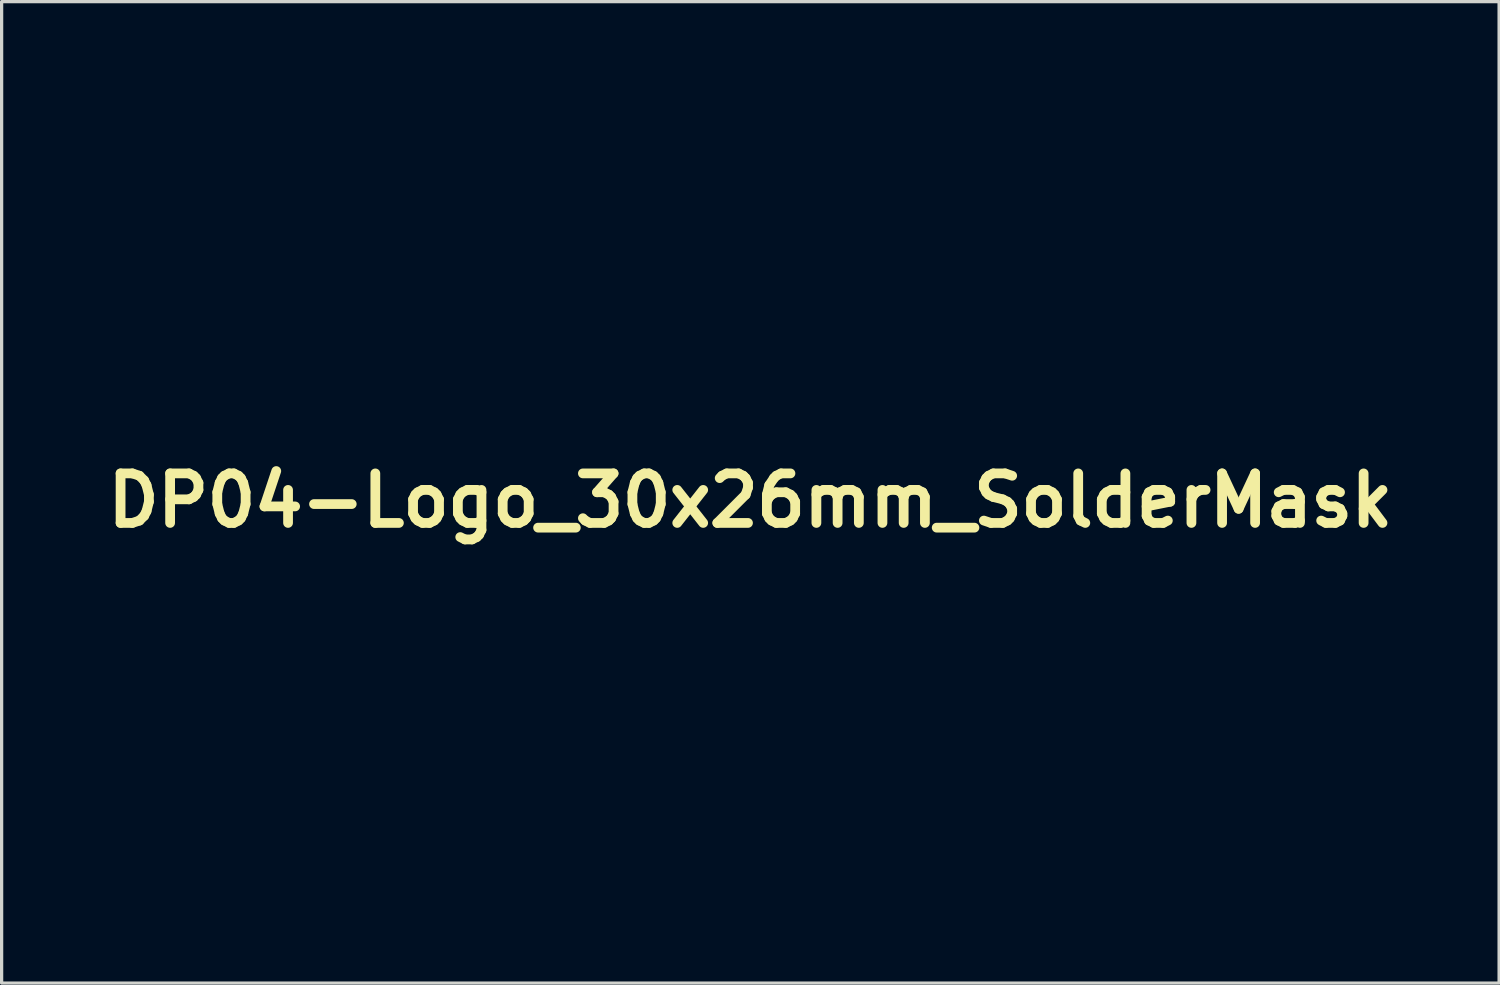
<source format=kicad_pcb>
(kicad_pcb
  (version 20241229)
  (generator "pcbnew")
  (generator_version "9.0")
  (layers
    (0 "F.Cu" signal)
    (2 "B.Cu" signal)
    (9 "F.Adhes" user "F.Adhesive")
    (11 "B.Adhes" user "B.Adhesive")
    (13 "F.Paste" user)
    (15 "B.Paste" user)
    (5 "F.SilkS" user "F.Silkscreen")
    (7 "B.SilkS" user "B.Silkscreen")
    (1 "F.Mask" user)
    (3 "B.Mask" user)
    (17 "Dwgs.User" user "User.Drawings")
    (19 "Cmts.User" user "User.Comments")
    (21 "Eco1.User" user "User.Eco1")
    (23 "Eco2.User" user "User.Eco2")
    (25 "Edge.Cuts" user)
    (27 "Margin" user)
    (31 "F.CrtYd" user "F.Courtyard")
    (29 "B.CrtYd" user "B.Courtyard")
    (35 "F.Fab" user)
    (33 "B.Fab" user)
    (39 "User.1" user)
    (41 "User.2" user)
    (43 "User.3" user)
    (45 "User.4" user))
  (footprint "DP04-Logo_30x26mm_SolderMask"
    (layer "F.Cu")
    (at 20.037 12.35)
    (property "Reference" "DP04-Logo_30x26mm_SolderMask" (at 0 0 0) (layer "F.SilkS") (effects (font (size 1.524 1.524) (thickness 0.3))))
    (attr through_hole)
    (fp_poly (pts (xy -7.705 -1.82) (xy -7.747 -1.778) (xy -7.789 -1.82) (xy -7.747 -1.863) (xy -7.705 -1.82)) (stroke (width 0.01) (type solid)) (fill yes) (layer "F.Mask"))
    (fp_poly (pts (xy -6.858 -8.001) (xy -6.9 -7.959) (xy -6.943 -8.001) (xy -6.9 -8.043) (xy -6.858 -8.001)) (stroke (width 0.01) (type solid)) (fill yes) (layer "F.Mask"))
    (fp_poly (pts (xy -6.858 -2.413) (xy -6.9 -2.371) (xy -6.943 -2.413) (xy -6.9 -2.455) (xy -6.858 -2.413)) (stroke (width 0.01) (type solid)) (fill yes) (layer "F.Mask"))
    (fp_poly (pts (xy -2.371 0.974) (xy -2.413 1.016) (xy -2.455 0.974) (xy -2.413 0.931) (xy -2.371 0.974)) (stroke (width 0.01) (type solid)) (fill yes) (layer "F.Mask"))
    (fp_poly (pts (xy 3.725 -11.472) (xy 3.683 -11.43) (xy 3.641 -11.472) (xy 3.683 -11.515) (xy 3.725 -11.472)) (stroke (width 0.01) (type solid)) (fill yes) (layer "F.Mask"))
    (fp_poly (pts (xy 4.911 -12.234) (xy 4.868 -12.192) (xy 4.826 -12.234) (xy 4.868 -12.277) (xy 4.911 -12.234)) (stroke (width 0.01) (type solid)) (fill yes) (layer "F.Mask"))
    (fp_poly (pts (xy 5.08 -12.15) (xy 5.038 -12.107) (xy 4.995 -12.15) (xy 5.038 -12.192) (xy 5.08 -12.15)) (stroke (width 0.01) (type solid)) (fill yes) (layer "F.Mask"))
    (fp_poly (pts (xy 5.503 -12.065) (xy 5.461 -12.023) (xy 5.419 -12.065) (xy 5.461 -12.107) (xy 5.503 -12.065)) (stroke (width 0.01) (type solid)) (fill yes) (layer "F.Mask"))
    (fp_poly (pts (xy 7.62 -9.525) (xy 7.578 -9.483) (xy 7.535 -9.525) (xy 7.578 -9.567) (xy 7.62 -9.525)) (stroke (width 0.01) (type solid)) (fill yes) (layer "F.Mask"))
    (fp_poly (pts (xy 13.039 4.106) (xy 12.996 4.149) (xy 12.954 4.106) (xy 12.996 4.064) (xy 13.039 4.106)) (stroke (width 0.01) (type solid)) (fill yes) (layer "F.Mask"))
    (fp_poly (pts (xy -4.516 -8.269) (xy -4.527 -8.219) (xy -4.572 -8.213) (xy -4.642 -8.244) (xy -4.628 -8.269) (xy -4.528 -8.279) (xy -4.516 -8.269)) (stroke (width 0.01) (type solid)) (fill yes) (layer "F.Mask"))
    (fp_poly (pts (xy -1.891 -5.271) (xy -1.88 -5.097) (xy -1.891 -5.059) (xy -1.922 -5.048) (xy -1.934 -5.165) (xy -1.921 -5.285) (xy -1.891 -5.271)) (stroke (width 0.01) (type solid)) (fill yes) (layer "F.Mask"))
    (fp_poly (pts (xy 3.951 0.79) (xy 3.939 0.841) (xy 3.895 0.847) (xy 3.825 0.816) (xy 3.838 0.79) (xy 3.939 0.78) (xy 3.951 0.79)) (stroke (width 0.01) (type solid)) (fill yes) (layer "F.Mask"))
    (fp_poly (pts (xy 4.634 -12.328) (xy 4.608 -12.289) (xy 4.523 -12.283) (xy 4.432 -12.304) (xy 4.471 -12.335) (xy 4.604 -12.345) (xy 4.634 -12.328)) (stroke (width 0.01) (type solid)) (fill yes) (layer "F.Mask"))
    (fp_poly (pts (xy 8.777 -4.374) (xy 8.787 -4.274) (xy 8.777 -4.262) (xy 8.727 -4.273) (xy 8.721 -4.318) (xy 8.752 -4.388) (xy 8.777 -4.374)) (stroke (width 0.01) (type solid)) (fill yes) (layer "F.Mask"))
    (fp_poly (pts (xy 4.53 7.808) (xy 4.545 7.91) (xy 4.452 7.959) (xy 4.335 7.89) (xy 4.318 7.825) (xy 4.367 7.726) (xy 4.419 7.724) (xy 4.53 7.808)) (stroke (width 0.01) (type solid)) (fill yes) (layer "F.Mask"))
    (fp_poly (pts (xy 7.268 -10.126) (xy 7.359 -10.041) (xy 7.34 -9.991) (xy 7.329 -9.991) (xy 7.257 -10.051) (xy 7.231 -10.088) (xy 7.221 -10.146) (xy 7.268 -10.126)) (stroke (width 0.01) (type solid)) (fill yes) (layer "F.Mask"))
    (fp_poly (pts (xy -7.392 -6.583) (xy -7.379 -6.368) (xy -7.392 -6.287) (xy -7.417 -6.26) (xy -7.43 -6.377) (xy -7.431 -6.435) (xy -7.422 -6.589) (xy -7.4 -6.607) (xy -7.392 -6.583)) (stroke (width 0.01) (type solid)) (fill yes) (layer "F.Mask"))
    (fp_poly (pts (xy 8.271 -4.128) (xy 8.284 -3.913) (xy 8.271 -3.831) (xy 8.246 -3.805) (xy 8.233 -3.922) (xy 8.232 -3.979) (xy 8.241 -4.133) (xy 8.263 -4.152) (xy 8.271 -4.128)) (stroke (width 0.01) (type solid)) (fill yes) (layer "F.Mask"))
    (fp_poly (pts (xy 10.712 1.727) (xy 10.816 1.776) (xy 10.96 1.86) (xy 11.007 1.908) (xy 10.98 1.943) (xy 10.878 1.884) (xy 10.79 1.816) (xy 10.681 1.725) (xy 10.712 1.727)) (stroke (width 0.01) (type solid)) (fill yes) (layer "F.Mask"))
    (fp_poly (pts (xy -3.548 -7.96) (xy -3.424 -7.855) (xy -3.283 -7.7) (xy -3.225 -7.595) (xy -3.229 -7.58) (xy -3.311 -7.599) (xy -3.403 -7.683) (xy -3.545 -7.866) (xy -3.595 -7.965) (xy -3.548 -7.96)) (stroke (width 0.01) (type solid)) (fill yes) (layer "F.Mask"))
    (fp_poly (pts (xy 5.951 4.814) (xy 6.011 4.908) (xy 5.95 4.984) (xy 5.822 4.983) (xy 5.713 4.907) (xy 5.712 4.905) (xy 5.69 4.79) (xy 5.703 4.768) (xy 5.816 4.751) (xy 5.951 4.814)) (stroke (width 0.01) (type solid)) (fill yes) (layer "F.Mask"))
    (fp_poly (pts (xy 10.364 1.498) (xy 10.461 1.564) (xy 10.575 1.66) (xy 10.549 1.677) (xy 10.379 1.617) (xy 10.351 1.606) (xy 10.205 1.531) (xy 10.16 1.484) (xy 10.217 1.44) (xy 10.364 1.498)) (stroke (width 0.01) (type solid)) (fill yes) (layer "F.Mask"))
    (fp_poly (pts (xy -1.283 -4.651) (xy -1.306 -4.521) (xy -1.4 -4.347) (xy -1.522 -4.2) (xy -1.611 -4.149) (xy -1.622 -4.21) (xy -1.551 -4.364) (xy -1.504 -4.442) (xy -1.381 -4.603) (xy -1.298 -4.662) (xy -1.283 -4.651)) (stroke (width 0.01) (type solid)) (fill yes) (layer "F.Mask"))
    (fp_poly (pts (xy 4 -2.517) (xy 4.064 -2.5) (xy 3.978 -2.488) (xy 3.76 -2.483) (xy 3.725 -2.482) (xy 3.493 -2.487) (xy 3.389 -2.498) (xy 3.434 -2.514) (xy 3.45 -2.517) (xy 3.747 -2.531) (xy 4 -2.517)) (stroke (width 0.01) (type solid)) (fill yes) (layer "F.Mask"))
    (fp_poly (pts (xy 8.019 10.146) (xy 8.12 10.308) (xy 8.178 10.486) (xy 8.166 10.59) (xy 8.05 10.665) (xy 7.94 10.604) (xy 7.921 10.562) (xy 7.848 10.269) (xy 7.852 10.112) (xy 7.911 10.075) (xy 8.019 10.146)) (stroke (width 0.01) (type solid)) (fill yes) (layer "F.Mask"))
    (fp_poly (pts (xy 5.686 -0.5) (xy 5.55 -0.325) (xy 5.544 -0.318) (xy 5.342 -0.079) (xy 5.218 0.052) (xy 5.18 0.071) (xy 5.238 -0.031) (xy 5.319 -0.148) (xy 5.502 -0.372) (xy 5.68 -0.55) (xy 5.733 -0.581) (xy 5.686 -0.5)) (stroke (width 0.01) (type solid)) (fill yes) (layer "F.Mask"))
    (fp_poly (pts (xy -7.347 -7.377) (xy -7.346 -7.196) (xy -7.35 -7.154) (xy -7.381 -6.959) (xy -7.413 -6.861) (xy -7.418 -6.858) (xy -7.439 -6.933) (xy -7.45 -7.116) (xy -7.451 -7.154) (xy -7.434 -7.35) (xy -7.392 -7.448) (xy -7.383 -7.451) (xy -7.347 -7.377)) (stroke (width 0.01) (type solid)) (fill yes) (layer "F.Mask"))
    (fp_poly (pts (xy -5.463 3.748) (xy -5.506 3.958) (xy -5.576 4.244) (xy -5.585 4.278) (xy -5.661 4.54) (xy -5.718 4.698) (xy -5.748 4.725) (xy -5.75 4.712) (xy -5.734 4.566) (xy -5.686 4.343) (xy -5.621 4.091) (xy -5.552 3.861) (xy -5.492 3.7) (xy -5.458 3.658) (xy -5.463 3.748)) (stroke (width 0.01) (type solid)) (fill yes) (layer "F.Mask"))
    (fp_poly (pts (xy 5.126 -3.044) (xy 5.332 -3.034) (xy 5.413 -3.019) (xy 5.412 -3.017) (xy 5.297 -2.983) (xy 5.078 -2.956) (xy 4.809 -2.94) (xy 4.548 -2.936) (xy 4.349 -2.947) (xy 4.271 -2.971) (xy 4.324 -3.009) (xy 4.511 -3.036) (xy 4.797 -3.048) (xy 4.835 -3.048) (xy 5.126 -3.044)) (stroke (width 0.01) (type solid)) (fill yes) (layer "F.Mask"))
    (fp_poly (pts (xy -4.172 -0.364) (xy -4.164 -0.197) (xy -4.229 0.005) (xy -4.345 0.061) (xy -4.465 -0.012) (xy -4.513 -0.157) (xy -4.492 -0.212) (xy -4.318 -0.212) (xy -4.276 -0.169) (xy -4.233 -0.212) (xy -4.276 -0.254) (xy -4.318 -0.212) (xy -4.492 -0.212) (xy -4.451 -0.317) (xy -4.317 -0.416) (xy -4.267 -0.423) (xy -4.172 -0.364)) (stroke (width 0.01) (type solid)) (fill yes) (layer "F.Mask"))
    (fp_poly (pts (xy -3.766 -0.538) (xy -3.673 -0.428) (xy -3.667 -0.263) (xy -3.746 -0.128) (xy -3.789 -0.105) (xy -3.904 -0.141) (xy -3.946 -0.205) (xy -3.957 -0.296) (xy -3.81 -0.296) (xy -3.768 -0.254) (xy -3.725 -0.296) (xy -3.768 -0.339) (xy -3.81 -0.296) (xy -3.957 -0.296) (xy -3.968 -0.394) (xy -3.9 -0.523) (xy -3.767 -0.539) (xy -3.766 -0.538)) (stroke (width 0.01) (type solid)) (fill yes) (layer "F.Mask"))
    (fp_poly (pts (xy -0.031 11.013) (xy -0.015 11.031) (xy 0.036 11.167) (xy -0.027 11.296) (xy -0.122 11.398) (xy -0.206 11.358) (xy -0.251 11.306) (xy -0.322 11.176) (xy -0.169 11.176) (xy -0.138 11.246) (xy -0.113 11.232) (xy -0.103 11.132) (xy -0.113 11.12) (xy -0.163 11.131) (xy -0.169 11.176) (xy -0.322 11.176) (xy -0.322 11.176) (xy -0.256 11.057) (xy -0.239 11.041) (xy -0.124 10.959) (xy -0.031 11.013)) (stroke (width 0.01) (type solid)) (fill yes) (layer "F.Mask"))
    (fp_poly (pts (xy 4.358 11.459) (xy 4.392 11.575) (xy 4.387 11.62) (xy 4.305 11.77) (xy 4.155 11.843) (xy 4.003 11.823) (xy 3.929 11.736) (xy 3.927 11.686) (xy 4.064 11.686) (xy 4.126 11.729) (xy 4.191 11.715) (xy 4.276 11.634) (xy 4.269 11.589) (xy 4.176 11.551) (xy 4.084 11.618) (xy 4.064 11.686) (xy 3.927 11.686) (xy 3.921 11.553) (xy 4.057 11.448) (xy 4.202 11.43) (xy 4.358 11.459)) (stroke (width 0.01) (type solid)) (fill yes) (layer "F.Mask"))
    (fp_poly (pts (xy 2.289 4.779) (xy 2.34 4.869) (xy 2.332 5.024) (xy 2.241 5.179) (xy 2.117 5.249) (xy 2.117 5.249) (xy 2.016 5.192) (xy 1.945 5.12) (xy 1.887 5.002) (xy 1.892 4.995) (xy 2.074 4.995) (xy 2.081 5.073) (xy 2.112 5.08) (xy 2.198 5.019) (xy 2.201 4.995) (xy 2.172 4.913) (xy 2.164 4.911) (xy 2.092 4.97) (xy 2.074 4.995) (xy 1.892 4.995) (xy 1.965 4.894) (xy 1.998 4.868) (xy 2.18 4.759) (xy 2.289 4.779)) (stroke (width 0.01) (type solid)) (fill yes) (layer "F.Mask"))
    (fp_poly (pts (xy 5.148 1.327) (xy 5.241 1.459) (xy 5.217 1.638) (xy 5.198 1.672) (xy 5.023 1.82) (xy 4.808 1.823) (xy 4.615 1.694) (xy 4.528 1.576) (xy 4.782 1.576) (xy 4.79 1.618) (xy 4.904 1.691) (xy 5.02 1.621) (xy 5.051 1.563) (xy 5.068 1.422) (xy 5.05 1.381) (xy 4.956 1.381) (xy 4.844 1.466) (xy 4.782 1.576) (xy 4.528 1.576) (xy 4.512 1.554) (xy 4.528 1.453) (xy 4.578 1.397) (xy 4.774 1.277) (xy 4.978 1.26) (xy 5.148 1.327)) (stroke (width 0.01) (type solid)) (fill yes) (layer "F.Mask"))
    (fp_poly (pts (xy 2.854 6.642) (xy 2.938 6.695) (xy 2.903 6.781) (xy 2.843 6.851) (xy 2.755 6.981) (xy 2.803 7.045) (xy 2.804 7.045) (xy 2.874 7.13) (xy 2.819 7.273) (xy 2.659 7.438) (xy 2.522 7.535) (xy 2.293 7.662) (xy 2.162 7.695) (xy 2.088 7.636) (xy 2.066 7.586) (xy 2.075 7.424) (xy 2.107 7.341) (xy 2.267 7.341) (xy 2.274 7.438) (xy 2.305 7.448) (xy 2.453 7.398) (xy 2.577 7.321) (xy 2.673 7.218) (xy 2.611 7.179) (xy 2.519 7.187) (xy 2.458 7.152) (xy 2.516 7.022) (xy 2.603 6.908) (xy 2.701 6.79) (xy 2.687 6.786) (xy 2.598 6.853) (xy 2.452 7.002) (xy 2.334 7.18) (xy 2.267 7.341) (xy 2.107 7.341) (xy 2.164 7.193) (xy 2.301 6.951) (xy 2.455 6.757) (xy 2.547 6.685) (xy 2.739 6.63) (xy 2.854 6.642)) (stroke (width 0.01) (type solid)) (fill yes) (layer "F.Mask"))
    (fp_poly (pts (xy 1.148 6.464) (xy 1.185 6.562) (xy 1.144 6.674) (xy 1.109 6.689) (xy 1.064 6.756) (xy 1.074 6.852) (xy 1.056 6.998) (xy 0.896 7.128) (xy 0.859 7.148) (xy 0.565 7.264) (xy 0.372 7.252) (xy 0.279 7.139) (xy 0.288 7.062) (xy 0.461 7.062) (xy 0.507 7.109) (xy 0.553 7.112) (xy 0.718 7.055) (xy 0.832 6.969) (xy 0.927 6.866) (xy 0.9 6.855) (xy 0.831 6.879) (xy 0.696 6.879) (xy 0.655 6.832) (xy 0.598 6.817) (xy 0.519 6.922) (xy 0.461 7.062) (xy 0.288 7.062) (xy 0.296 6.996) (xy 0.452 6.805) (xy 0.55 6.716) (xy 0.595 6.683) (xy 0.867 6.683) (xy 0.879 6.689) (xy 0.956 6.629) (xy 0.974 6.604) (xy 0.995 6.525) (xy 0.984 6.519) (xy 0.906 6.579) (xy 0.889 6.604) (xy 0.867 6.683) (xy 0.595 6.683) (xy 0.805 6.53) (xy 1.014 6.444) (xy 1.148 6.464)) (stroke (width 0.01) (type solid)) (fill yes) (layer "F.Mask"))
    (fp_poly (pts (xy 0.664 8.416) (xy 0.729 8.513) (xy 0.78 8.674) (xy 0.8 8.824) (xy 0.772 8.89) (xy 0.771 8.89) (xy 0.733 8.964) (xy 0.711 9.142) (xy 0.711 9.146) (xy 0.695 9.349) (xy 0.634 9.449) (xy 0.478 9.508) (xy 0.393 9.53) (xy 0.227 9.559) (xy 0.184 9.511) (xy 0.209 9.405) (xy 0.21 9.381) (xy 0.365 9.381) (xy 0.373 9.398) (xy 0.444 9.342) (xy 0.508 9.271) (xy 0.56 9.168) (xy 0.527 9.144) (xy 0.426 9.212) (xy 0.393 9.271) (xy 0.365 9.381) (xy 0.21 9.381) (xy 0.216 9.204) (xy 0.169 9.102) (xy 0.117 8.944) (xy 0.274 8.944) (xy 0.398 8.959) (xy 0.402 8.959) (xy 0.526 8.86) (xy 0.56 8.738) (xy 0.557 8.606) (xy 0.498 8.614) (xy 0.412 8.689) (xy 0.279 8.846) (xy 0.274 8.944) (xy 0.117 8.944) (xy 0.112 8.93) (xy 0.126 8.807) (xy 0.228 8.643) (xy 0.392 8.497) (xy 0.562 8.412) (xy 0.664 8.416)) (stroke (width 0.01) (type solid)) (fill yes) (layer "F.Mask"))
    (fp_poly (pts (xy -4.673 -3.978) (xy -4.349 -3.921) (xy -4.276 -3.905) (xy -3.904 -3.813) (xy -3.679 -3.727) (xy -3.579 -3.639) (xy -3.571 -3.614) (xy -3.602 -3.522) (xy -3.751 -3.482) (xy -4.032 -3.493) (xy -4.458 -3.556) (xy -4.556 -3.573) (xy -4.865 -3.659) (xy -4.936 -3.705) (xy -4.276 -3.705) (xy -4.022 -3.641) (xy -3.836 -3.592) (xy -3.742 -3.566) (xy -3.742 -3.566) (xy -3.751 -3.611) (xy -3.768 -3.641) (xy -3.883 -3.7) (xy -4.048 -3.715) (xy -4.276 -3.705) (xy -4.936 -3.705) (xy -5.006 -3.751) (xy -4.604 -3.751) (xy -4.487 -3.739) (xy -4.367 -3.752) (xy -4.381 -3.781) (xy -4.555 -3.793) (xy -4.593 -3.781) (xy -4.604 -3.751) (xy -5.006 -3.751) (xy -5.043 -3.775) (xy -5.067 -3.866) (xy -4.882 -3.866) (xy -4.871 -3.816) (xy -4.826 -3.81) (xy -4.756 -3.841) (xy -4.77 -3.866) (xy -4.87 -3.877) (xy -4.882 -3.866) (xy -5.067 -3.866) (xy -5.077 -3.906) (xy -5.028 -3.98) (xy -4.913 -3.999) (xy -4.673 -3.978)) (stroke (width 0.01) (type solid)) (fill yes) (layer "F.Mask"))
    (fp_poly (pts (xy 7.357 5.534) (xy 7.512 5.642) (xy 7.749 5.78) (xy 7.874 5.846) (xy 8.255 6.039) (xy 8.001 6.148) (xy 7.767 6.213) (xy 7.455 6.256) (xy 7.281 6.265) (xy 6.816 6.273) (xy 6.162 7.024) (xy 5.876 7.337) (xy 5.603 7.611) (xy 5.374 7.815) (xy 5.238 7.909) (xy 5.034 8.007) (xy 4.939 8.036) (xy 4.912 8.003) (xy 4.911 7.973) (xy 4.961 7.851) (xy 5.072 7.674) (xy 5.3 7.674) (xy 5.31 7.705) (xy 5.39 7.645) (xy 5.558 7.481) (xy 5.788 7.237) (xy 6.058 6.938) (xy 6.088 6.904) (xy 6.795 6.103) (xy 7.916 6.054) (xy 7.557 5.871) (xy 7.25 5.757) (xy 6.912 5.695) (xy 6.596 5.689) (xy 6.353 5.741) (xy 6.261 5.805) (xy 6.21 5.903) (xy 6.309 5.936) (xy 6.318 5.937) (xy 6.485 5.94) (xy 6.54 5.937) (xy 6.598 5.952) (xy 6.563 6.041) (xy 6.426 6.219) (xy 6.202 6.473) (xy 5.948 6.764) (xy 5.711 7.058) (xy 5.511 7.326) (xy 5.367 7.54) (xy 5.3 7.674) (xy 5.072 7.674) (xy 5.096 7.636) (xy 5.288 7.361) (xy 5.514 7.063) (xy 5.745 6.776) (xy 5.958 6.536) (xy 5.984 6.51) (xy 6.183 6.298) (xy 6.275 6.175) (xy 6.273 6.11) (xy 6.191 6.074) (xy 6.187 6.073) (xy 6.044 6.004) (xy 6.034 5.89) (xy 6.16 5.708) (xy 6.219 5.643) (xy 6.388 5.495) (xy 6.537 5.469) (xy 6.621 5.493) (xy 6.87 5.522) (xy 7.019 5.491) (xy 7.236 5.467) (xy 7.357 5.534)) (stroke (width 0.01) (type solid)) (fill yes) (layer "F.Mask"))
    (fp_poly (pts (xy 2.466 5.485) (xy 2.508 5.524) (xy 2.601 5.632) (xy 2.598 5.729) (xy 2.492 5.881) (xy 2.473 5.905) (xy 2.18 6.29) (xy 1.906 6.685) (xy 1.677 7.048) (xy 1.519 7.34) (xy 1.473 7.45) (xy 1.355 7.676) (xy 1.216 7.773) (xy 1.085 7.728) (xy 1.042 7.669) (xy 0.966 7.591) (xy 0.833 7.589) (xy 0.655 7.636) (xy 0.299 7.679) (xy 0.004 7.565) (xy -0.225 7.315) (xy -0.333 7.15) (xy -0.184 7.15) (xy 0.037 7.34) (xy 0.256 7.476) (xy 0.497 7.485) (xy 0.531 7.479) (xy 0.745 7.423) (xy 0.883 7.356) (xy 0.885 7.355) (xy 1.021 7.285) (xy 1.093 7.37) (xy 1.101 7.451) (xy 1.136 7.588) (xy 1.185 7.62) (xy 1.258 7.551) (xy 1.27 7.481) (xy 1.321 7.325) (xy 1.457 7.073) (xy 1.659 6.76) (xy 1.902 6.42) (xy 2.155 6.101) (xy 2.356 5.848) (xy 2.439 5.715) (xy 2.405 5.703) (xy 2.256 5.813) (xy 2.018 6.025) (xy 1.739 6.261) (xy 1.529 6.378) (xy 1.355 6.388) (xy 1.21 6.323) (xy 1.071 6.322) (xy 0.844 6.401) (xy 0.571 6.538) (xy 0.299 6.71) (xy 0.072 6.894) (xy 0.055 6.91) (xy -0.184 7.15) (xy -0.333 7.15) (xy -0.375 7.087) (xy 0.003 6.752) (xy 0.424 6.42) (xy 0.8 6.205) (xy 1.115 6.112) (xy 1.355 6.149) (xy 1.426 6.201) (xy 1.504 6.231) (xy 1.618 6.172) (xy 1.793 6.006) (xy 1.944 5.841) (xy 2.158 5.605) (xy 2.295 5.479) (xy 2.387 5.445) (xy 2.466 5.485)) (stroke (width 0.01) (type solid)) (fill yes) (layer "F.Mask"))
    (fp_poly (pts (xy 0.893 8.016) (xy 1.176 8.172) (xy 1.26 8.262) (xy 1.428 8.475) (xy 1.085 9.127) (xy 0.827 9.591) (xy 0.606 9.915) (xy 0.406 10.116) (xy 0.207 10.214) (xy 0.004 10.228) (xy -0.171 10.221) (xy -0.267 10.265) (xy -0.321 10.401) (xy -0.362 10.625) (xy -0.441 10.931) (xy -0.552 11.165) (xy -0.675 11.294) (xy -0.773 11.296) (xy -0.842 11.313) (xy -0.847 11.34) (xy -0.897 11.424) (xy -0.991 11.4) (xy -1.034 11.333) (xy -1.031 11.214) (xy -1.019 11.13) (xy -0.892 11.13) (xy -0.804 11.124) (xy -0.785 11.117) (xy -0.625 11.024) (xy -0.573 10.971) (xy -0.528 10.827) (xy -0.509 10.61) (xy -0.482 10.341) (xy -0.427 10.126) (xy -0.353 9.984) (xy -0.246 9.957) (xy -0.092 10.001) (xy 0.134 10.033) (xy 0.342 9.951) (xy 0.549 9.74) (xy 0.773 9.387) (xy 0.881 9.183) (xy 1.07 8.793) (xy 1.166 8.524) (xy 1.166 8.349) (xy 1.065 8.244) (xy 0.861 8.184) (xy 0.72 8.163) (xy 0.499 8.166) (xy 0.301 8.255) (xy 0.129 8.391) (xy -0.085 8.554) (xy -0.225 8.592) (xy -0.276 8.568) (xy -0.419 8.534) (xy -0.547 8.602) (xy -0.652 8.692) (xy -0.663 8.783) (xy -0.584 8.94) (xy -0.558 8.984) (xy -0.459 9.208) (xy -0.473 9.388) (xy -0.49 9.428) (xy -0.545 9.599) (xy -0.611 9.88) (xy -0.674 10.213) (xy -0.679 10.245) (xy -0.739 10.573) (xy -0.801 10.848) (xy -0.854 11.016) (xy -0.859 11.026) (xy -0.892 11.13) (xy -1.019 11.13) (xy -0.997 10.971) (xy -0.942 10.649) (xy -0.871 10.288) (xy -0.795 9.931) (xy -0.721 9.62) (xy -0.672 9.446) (xy -0.64 9.22) (xy -0.721 9.058) (xy -0.846 8.832) (xy -0.807 8.626) (xy -0.608 8.457) (xy -0.535 8.424) (xy -0.305 8.348) (xy -0.184 8.367) (xy -0.165 8.389) (xy -0.081 8.414) (xy 0.01 8.319) (xy 0.262 8.092) (xy 0.572 7.99) (xy 0.893 8.016)) (stroke (width 0.01) (type solid)) (fill yes) (layer "F.Mask"))
    (fp_poly (pts (xy 1.963 8.557) (xy 2.004 8.596) (xy 2.088 8.697) (xy 2.096 8.8) (xy 2.023 8.961) (xy 1.959 9.074) (xy 1.768 9.407) (xy 2.096 9.239) (xy 2.329 9.102) (xy 2.507 8.967) (xy 2.539 8.934) (xy 2.783 8.728) (xy 3.046 8.686) (xy 3.173 8.72) (xy 3.276 8.766) (xy 3.329 8.824) (xy 3.323 8.92) (xy 3.25 9.078) (xy 3.102 9.323) (xy 2.87 9.68) (xy 2.819 9.758) (xy 2.617 10.05) (xy 2.468 10.224) (xy 2.341 10.307) (xy 2.204 10.329) (xy 2.201 10.329) (xy 2.011 10.293) (xy 1.934 10.165) (xy 1.932 10.152) (xy 1.905 9.974) (xy 1.68 10.152) (xy 1.438 10.299) (xy 1.232 10.305) (xy 1.013 10.174) (xy 0.839 10.034) (xy 1.037 10.034) (xy 1.122 10.104) (xy 1.317 10.147) (xy 1.487 10.076) (xy 1.593 9.987) (xy 1.721 9.885) (xy 1.778 9.874) (xy 1.778 9.876) (xy 1.832 9.863) (xy 1.968 9.757) (xy 2.043 9.689) (xy 2.309 9.44) (xy 2.256 9.665) (xy 2.196 9.887) (xy 2.15 10.025) (xy 2.156 10.134) (xy 2.256 10.155) (xy 2.391 10.077) (xy 2.584 9.854) (xy 2.813 9.52) (xy 2.987 9.241) (xy 3.115 9.025) (xy 3.178 8.904) (xy 3.18 8.89) (xy 3.082 8.864) (xy 3.028 8.844) (xy 2.899 8.869) (xy 2.709 8.985) (xy 2.619 9.059) (xy 2.344 9.272) (xy 2.07 9.428) (xy 1.836 9.511) (xy 1.682 9.502) (xy 1.667 9.49) (xy 1.651 9.359) (xy 1.75 9.13) (xy 1.764 9.107) (xy 1.854 8.923) (xy 1.871 8.816) (xy 1.855 8.805) (xy 1.807 8.748) (xy 1.822 8.7) (xy 1.808 8.686) (xy 1.708 8.778) (xy 1.654 8.836) (xy 1.492 9.062) (xy 1.389 9.294) (xy 1.383 9.318) (xy 1.291 9.551) (xy 1.176 9.703) (xy 1.039 9.884) (xy 1.037 10.034) (xy 0.839 10.034) (xy 0.821 10.019) (xy 1.085 9.476) (xy 1.266 9.119) (xy 1.412 8.877) (xy 1.553 8.704) (xy 1.712 8.564) (xy 1.843 8.496) (xy 1.963 8.557)) (stroke (width 0.01) (type solid)) (fill yes) (layer "F.Mask"))
    (fp_poly (pts (xy 5.674 5.193) (xy 5.817 5.295) (xy 5.847 5.343) (xy 5.889 5.471) (xy 5.845 5.598) (xy 5.696 5.775) (xy 5.664 5.809) (xy 5.469 5.981) (xy 5.296 6.083) (xy 5.242 6.096) (xy 5.094 6.156) (xy 5.053 6.213) (xy 5.049 6.276) (xy 5.13 6.283) (xy 5.329 6.233) (xy 5.396 6.213) (xy 5.681 6.131) (xy 5.841 6.104) (xy 5.911 6.129) (xy 5.927 6.205) (xy 5.86 6.3) (xy 5.691 6.447) (xy 5.464 6.616) (xy 5.222 6.776) (xy 5.01 6.895) (xy 4.873 6.943) (xy 4.872 6.943) (xy 4.761 7.007) (xy 4.594 7.172) (xy 4.407 7.394) (xy 4.234 7.629) (xy 4.108 7.835) (xy 4.064 7.96) (xy 3.999 8.119) (xy 3.839 8.258) (xy 3.64 8.35) (xy 3.456 8.369) (xy 3.349 8.304) (xy 3.341 8.176) (xy 3.386 8.003) (xy 3.456 7.801) (xy 3.447 7.735) (xy 3.348 7.782) (xy 3.283 7.827) (xy 3.066 7.94) (xy 2.923 7.937) (xy 2.879 7.835) (xy 2.85 7.771) (xy 2.743 7.798) (xy 2.577 7.888) (xy 2.368 7.997) (xy 2.222 8.016) (xy 2.064 7.953) (xy 2.058 7.95) (xy 1.846 7.791) (xy 1.712 7.638) (xy 1.639 7.457) (xy 1.641 7.448) (xy 1.828 7.448) (xy 1.885 7.559) (xy 1.887 7.562) (xy 2.088 7.731) (xy 2.355 7.766) (xy 2.645 7.663) (xy 2.701 7.626) (xy 2.904 7.492) (xy 3.008 7.466) (xy 3.045 7.547) (xy 3.048 7.628) (xy 3.057 7.733) (xy 3.107 7.741) (xy 3.236 7.646) (xy 3.308 7.585) (xy 3.512 7.443) (xy 3.683 7.373) (xy 3.784 7.384) (xy 3.784 7.472) (xy 3.725 7.614) (xy 3.631 7.835) (xy 3.605 7.895) (xy 3.522 8.112) (xy 3.527 8.199) (xy 3.632 8.175) (xy 3.731 8.125) (xy 3.864 7.988) (xy 3.895 7.878) (xy 3.947 7.711) (xy 4.076 7.504) (xy 4.106 7.466) (xy 4.246 7.254) (xy 4.316 7.058) (xy 4.318 7.031) (xy 4.35 6.907) (xy 4.406 6.903) (xy 4.542 6.906) (xy 4.597 6.876) (xy 4.755 6.788) (xy 4.911 6.73) (xy 5.134 6.628) (xy 5.334 6.494) (xy 5.455 6.388) (xy 5.443 6.368) (xy 5.376 6.391) (xy 5.14 6.465) (xy 4.921 6.503) (xy 4.774 6.497) (xy 4.741 6.466) (xy 4.787 6.353) (xy 4.904 6.161) (xy 5.059 5.935) (xy 5.22 5.72) (xy 5.355 5.561) (xy 5.429 5.503) (xy 5.496 5.534) (xy 5.473 5.648) (xy 5.409 5.784) (xy 5.315 5.969) (xy 5.505 5.786) (xy 5.636 5.593) (xy 5.623 5.433) (xy 5.477 5.343) (xy 5.386 5.334) (xy 5.292 5.347) (xy 5.193 5.399) (xy 5.069 5.509) (xy 4.906 5.693) (xy 4.686 5.972) (xy 4.391 6.362) (xy 4.242 6.562) (xy 3.974 6.88) (xy 3.75 7.055) (xy 3.58 7.081) (xy 3.554 7.069) (xy 3.48 6.935) (xy 3.489 6.722) (xy 3.576 6.496) (xy 3.603 6.454) (xy 3.672 6.31) (xy 3.629 6.263) (xy 3.501 6.314) (xy 3.329 6.449) (xy 3.133 6.634) (xy 3.133 6.457) (xy 3.125 6.35) (xy 3.074 6.324) (xy 2.936 6.377) (xy 2.81 6.437) (xy 2.572 6.588) (xy 2.3 6.812) (xy 2.126 6.985) (xy 1.931 7.204) (xy 1.838 7.344) (xy 1.828 7.448) (xy 1.641 7.448) (xy 1.671 7.268) (xy 1.819 7.047) (xy 2.096 6.772) (xy 2.233 6.652) (xy 2.542 6.411) (xy 2.79 6.278) (xy 3.023 6.227) (xy 3.024 6.227) (xy 3.277 6.196) (xy 3.475 6.148) (xy 3.493 6.141) (xy 3.682 6.11) (xy 3.765 6.126) (xy 3.837 6.177) (xy 3.836 6.28) (xy 3.76 6.481) (xy 3.682 6.715) (xy 3.664 6.871) (xy 3.704 6.922) (xy 3.79 6.851) (xy 3.908 6.708) (xy 4.071 6.512) (xy 4.1 6.477) (xy 4.258 6.281) (xy 4.47 6.005) (xy 4.693 5.709) (xy 4.704 5.694) (xy 4.909 5.425) (xy 5.058 5.267) (xy 5.189 5.19) (xy 5.344 5.166) (xy 5.423 5.165) (xy 5.674 5.193)) (stroke (width 0.01) (type solid)) (fill yes) (layer "F.Mask"))
    (fp_poly (pts (xy 6.827 7.239) (xy 6.907 7.324) (xy 6.952 7.318) (xy 7.019 7.325) (xy 7.017 7.45) (xy 6.954 7.66) (xy 6.856 7.877) (xy 6.762 8.09) (xy 6.77 8.19) (xy 6.895 8.187) (xy 7.152 8.092) (xy 7.162 8.088) (xy 7.436 7.999) (xy 7.765 7.925) (xy 7.875 7.908) (xy 8.173 7.839) (xy 8.393 7.731) (xy 8.434 7.694) (xy 8.596 7.567) (xy 8.73 7.544) (xy 8.793 7.626) (xy 8.79 7.684) (xy 8.688 7.81) (xy 8.533 7.858) (xy 8.348 7.926) (xy 8.26 8.027) (xy 8.169 8.137) (xy 7.968 8.296) (xy 7.699 8.475) (xy 7.643 8.509) (xy 7.368 8.687) (xy 7.157 8.853) (xy 7.05 8.975) (xy 7.044 8.992) (xy 7.083 9.128) (xy 7.213 9.332) (xy 7.361 9.509) (xy 7.545 9.724) (xy 7.669 9.898) (xy 7.705 9.979) (xy 7.634 10.046) (xy 7.472 10.073) (xy 7.291 10.059) (xy 7.164 10.002) (xy 7.153 9.988) (xy 7.03 9.884) (xy 6.814 9.767) (xy 6.566 9.664) (xy 6.347 9.6) (xy 6.228 9.596) (xy 6.109 9.699) (xy 5.979 9.888) (xy 5.964 9.917) (xy 5.84 10.128) (xy 5.656 10.411) (xy 5.472 10.676) (xy 5.284 10.94) (xy 5.128 11.164) (xy 5.038 11.299) (xy 4.962 11.388) (xy 4.865 11.369) (xy 4.763 11.301) (xy 4.614 11.168) (xy 4.589 11.034) (xy 4.686 10.848) (xy 4.742 10.769) (xy 4.875 10.546) (xy 4.951 10.339) (xy 5.027 10.119) (xy 5.134 9.917) (xy 5.198 9.808) (xy 5.177 9.794) (xy 5.056 9.878) (xy 4.89 10.012) (xy 4.596 10.219) (xy 4.392 10.284) (xy 4.276 10.206) (xy 4.243 9.986) (xy 4.249 9.894) (xy 4.255 9.687) (xy 4.233 9.574) (xy 4.222 9.567) (xy 4.136 9.626) (xy 3.992 9.775) (xy 3.933 9.842) (xy 3.727 10.059) (xy 3.516 10.241) (xy 3.481 10.265) (xy 3.273 10.369) (xy 3.076 10.412) (xy 2.937 10.393) (xy 2.901 10.309) (xy 2.905 10.297) (xy 2.893 10.14) (xy 2.858 10.088) (xy 2.862 9.983) (xy 2.892 9.912) (xy 3.018 9.912) (xy 3.039 10.023) (xy 3.067 10.068) (xy 3.222 10.172) (xy 3.427 10.118) (xy 3.676 9.907) (xy 3.777 9.792) (xy 3.983 9.585) (xy 4.199 9.432) (xy 4.258 9.405) (xy 4.493 9.315) (xy 4.437 9.738) (xy 4.416 9.978) (xy 4.423 10.131) (xy 4.442 10.16) (xy 4.535 10.109) (xy 4.71 9.979) (xy 4.849 9.864) (xy 5.115 9.662) (xy 5.306 9.573) (xy 5.407 9.601) (xy 5.419 9.655) (xy 5.383 9.767) (xy 5.289 9.99) (xy 5.154 10.283) (xy 5.09 10.414) (xy 4.924 10.769) (xy 4.836 10.999) (xy 4.822 11.127) (xy 4.877 11.174) (xy 4.904 11.175) (xy 4.967 11.108) (xy 5.099 10.928) (xy 5.277 10.664) (xy 5.419 10.447) (xy 5.637 10.115) (xy 5.843 9.816) (xy 6.006 9.594) (xy 6.07 9.518) (xy 6.256 9.315) (xy 6.681 9.529) (xy 6.924 9.66) (xy 7.1 9.773) (xy 7.156 9.824) (xy 7.273 9.891) (xy 7.382 9.906) (xy 7.488 9.896) (xy 7.474 9.847) (xy 7.333 9.729) (xy 7.127 9.517) (xy 6.957 9.256) (xy 6.864 9.015) (xy 6.858 8.953) (xy 6.925 8.858) (xy 7.103 8.702) (xy 7.359 8.515) (xy 7.47 8.441) (xy 7.776 8.235) (xy 7.935 8.108) (xy 7.949 8.055) (xy 7.816 8.073) (xy 7.54 8.155) (xy 7.517 8.163) (xy 7.077 8.295) (xy 6.778 8.35) (xy 6.609 8.324) (xy 6.558 8.213) (xy 6.613 8.012) (xy 6.687 7.859) (xy 6.798 7.595) (xy 6.795 7.443) (xy 6.781 7.424) (xy 6.69 7.405) (xy 6.632 7.5) (xy 6.518 7.727) (xy 6.347 7.991) (xy 6.158 8.239) (xy 5.991 8.419) (xy 5.926 8.467) (xy 5.798 8.609) (xy 5.742 8.782) (xy 5.664 8.978) (xy 5.461 9.152) (xy 5.378 9.201) (xy 5.124 9.31) (xy 4.982 9.29) (xy 4.951 9.142) (xy 5.015 8.906) (xy 5.068 8.711) (xy 5.063 8.592) (xy 5.06 8.587) (xy 4.974 8.609) (xy 4.804 8.713) (xy 4.591 8.866) (xy 4.377 9.038) (xy 4.203 9.197) (xy 4.123 9.292) (xy 3.986 9.388) (xy 3.922 9.398) (xy 3.84 9.366) (xy 3.816 9.243) (xy 3.833 9.038) (xy 3.879 8.678) (xy 3.696 8.925) (xy 3.536 9.141) (xy 3.335 9.411) (xy 3.236 9.542) (xy 3.079 9.768) (xy 3.018 9.912) (xy 2.892 9.912) (xy 2.948 9.782) (xy 3.093 9.52) (xy 3.273 9.233) (xy 3.466 8.958) (xy 3.646 8.729) (xy 3.792 8.584) (xy 3.86 8.551) (xy 3.999 8.617) (xy 4.034 8.796) (xy 3.981 9.011) (xy 3.943 9.128) (xy 3.961 9.16) (xy 4.056 9.1) (xy 4.251 8.939) (xy 4.323 8.878) (xy 4.615 8.63) (xy 4.808 8.478) (xy 4.931 8.405) (xy 5.014 8.397) (xy 5.086 8.437) (xy 5.115 8.461) (xy 5.229 8.65) (xy 5.234 8.88) (xy 5.148 9.042) (xy 5.1 9.128) (xy 5.132 9.144) (xy 5.278 9.079) (xy 5.441 8.927) (xy 5.561 8.751) (xy 5.588 8.654) (xy 5.65 8.513) (xy 5.805 8.339) (xy 5.864 8.289) (xy 6.055 8.089) (xy 6.258 7.806) (xy 6.382 7.59) (xy 6.549 7.29) (xy 6.672 7.142) (xy 6.764 7.136) (xy 6.827 7.239)) (stroke (width 0.01) (type solid)) (fill yes) (layer "F.Mask"))
    (fp_poly (pts (xy 4.297 -12.155) (xy 4.866 -12.052) (xy 5.39 -11.9) (xy 5.757 -11.739) (xy 6.435 -11.316) (xy 6.984 -10.851) (xy 7.423 -10.319) (xy 7.77 -9.694) (xy 8.044 -8.949) (xy 8.213 -8.297) (xy 8.31 -7.91) (xy 8.404 -7.651) (xy 8.512 -7.48) (xy 8.598 -7.398) (xy 8.727 -7.277) (xy 8.789 -7.143) (xy 8.802 -6.937) (xy 8.793 -6.742) (xy 8.787 -6.446) (xy 8.82 -6.295) (xy 8.869 -6.265) (xy 8.941 -6.246) (xy 8.979 -6.163) (xy 8.989 -5.982) (xy 8.977 -5.673) (xy 8.947 -5.417) (xy 8.894 -5.226) (xy 8.871 -5.186) (xy 8.833 -5.094) (xy 8.858 -5.077) (xy 8.859 -5.034) (xy 8.769 -4.951) (xy 8.706 -4.885) (xy 8.657 -4.779) (xy 8.618 -4.606) (xy 8.585 -4.341) (xy 8.553 -3.958) (xy 8.52 -3.467) (xy 8.435 -2.107) (xy 8.203 -2.132) (xy 7.977 -2.095) (xy 7.799 -1.936) (xy 7.697 -1.769) (xy 7.682 -1.655) (xy 7.686 -1.649) (xy 7.686 -1.621) (xy 7.64 -1.643) (xy 7.506 -1.636) (xy 7.32 -1.533) (xy 7.302 -1.519) (xy 7.16 -1.4) (xy 7.147 -1.364) (xy 7.257 -1.391) (xy 7.262 -1.393) (xy 7.402 -1.413) (xy 7.439 -1.382) (xy 7.457 -1.253) (xy 7.489 -1.164) (xy 7.521 -0.965) (xy 7.504 -0.816) (xy 7.433 -0.675) (xy 7.282 -0.627) (xy 7.177 -0.626) (xy 6.968 -0.656) (xy 6.841 -0.716) (xy 6.838 -0.72) (xy 6.787 -0.727) (xy 6.775 -0.656) (xy 6.734 -0.53) (xy 6.689 -0.508) (xy 6.634 -0.583) (xy 6.605 -0.768) (xy 6.604 -0.821) (xy 6.609 -1.017) (xy 6.639 -1.066) (xy 6.71 -0.992) (xy 6.728 -0.969) (xy 6.821 -0.879) (xy 6.855 -0.9) (xy 6.807 -1.035) (xy 6.985 -1.035) (xy 6.998 -0.971) (xy 7.064 -0.856) (xy 7.104 -0.905) (xy 7.109 -0.981) (xy 7.288 -0.981) (xy 7.304 -0.871) (xy 7.332 -0.87) (xy 7.353 -0.983) (xy 7.339 -1.032) (xy 7.302 -1.064) (xy 7.288 -0.981) (xy 7.109 -0.981) (xy 7.112 -1.021) (xy 7.081 -1.139) (xy 7.031 -1.145) (xy 6.985 -1.035) (xy 6.807 -1.035) (xy 6.797 -1.065) (xy 6.609 -1.12) (xy 6.294 -1.067) (xy 6.173 -1.029) (xy 5.895 -0.916) (xy 5.678 -0.768) (xy 5.464 -0.54) (xy 5.342 -0.386) (xy 5.119 -0.117) (xy 4.894 0.114) (xy 4.721 0.254) (xy 4.583 0.36) (xy 4.56 0.431) (xy 4.572 0.437) (xy 4.565 0.487) (xy 4.435 0.574) (xy 4.346 0.618) (xy 4.022 0.766) (xy 4.222 0.594) (xy 4.339 0.47) (xy 4.308 0.424) (xy 4.299 0.423) (xy 4.142 0.455) (xy 3.904 0.537) (xy 3.635 0.646) (xy 3.387 0.762) (xy 3.209 0.862) (xy 3.152 0.915) (xy 3.194 1.01) (xy 3.371 1.068) (xy 3.655 1.086) (xy 3.925 1.067) (xy 4.436 1.008) (xy 4.805 0.97) (xy 5.06 0.953) (xy 5.226 0.96) (xy 5.329 0.989) (xy 5.398 1.043) (xy 5.453 1.114) (xy 5.573 1.409) (xy 5.567 1.724) (xy 5.438 1.994) (xy 5.397 2.038) (xy 5.207 2.22) (xy 5.546 2.046) (xy 5.77 1.903) (xy 6.056 1.68) (xy 6.349 1.422) (xy 6.404 1.37) (xy 6.721 1.032) (xy 6.918 0.72) (xy 7.02 0.378) (xy 7.043 0.011) (xy 7.366 0.011) (xy 7.435 0.075) (xy 7.502 0.085) (xy 7.629 0.116) (xy 7.876 0.202) (xy 8.21 0.329) (xy 8.594 0.485) (xy 8.624 0.497) (xy 9.034 0.666) (xy 9.418 0.82) (xy 9.733 0.941) (xy 9.931 1.013) (xy 10.266 1.156) (xy 10.682 1.385) (xy 11.136 1.671) (xy 11.585 1.988) (xy 11.986 2.305) (xy 12.234 2.53) (xy 12.468 2.754) (xy 12.656 2.916) (xy 12.768 2.991) (xy 12.784 2.991) (xy 12.746 2.918) (xy 12.608 2.763) (xy 12.396 2.556) (xy 12.319 2.485) (xy 12.086 2.287) (xy 11.785 2.051) (xy 11.446 1.798) (xy 11.098 1.549) (xy 10.773 1.325) (xy 10.499 1.149) (xy 10.308 1.04) (xy 10.24 1.016) (xy 10.14 0.983) (xy 9.921 0.894) (xy 9.616 0.762) (xy 9.319 0.629) (xy 8.886 0.443) (xy 8.46 0.278) (xy 8.068 0.142) (xy 7.738 0.043) (xy 7.498 -0.009) (xy 7.376 -0.005) (xy 7.366 0.011) (xy 7.043 0.011) (xy 7.047 -0.051) (xy 7.043 -0.238) (xy 7.031 -0.602) (xy 7.252 -0.428) (xy 7.435 -0.308) (xy 7.573 -0.254) (xy 7.577 -0.254) (xy 7.701 -0.223) (xy 7.935 -0.142) (xy 8.231 -0.027) (xy 8.288 -0.004) (xy 8.596 0.11) (xy 8.856 0.181) (xy 9.018 0.197) (xy 9.034 0.194) (xy 9.127 0.183) (xy 9.111 0.239) (xy 9.107 0.304) (xy 9.165 0.293) (xy 9.277 0.316) (xy 9.507 0.409) (xy 9.822 0.559) (xy 10.195 0.752) (xy 10.322 0.821) (xy 11.017 1.231) (xy 11.599 1.641) (xy 12.053 2.025) (xy 12.488 2.435) (xy 12.807 2.77) (xy 13.03 3.057) (xy 13.175 3.323) (xy 13.262 3.596) (xy 13.303 3.843) (xy 13.332 4.18) (xy 13.325 4.377) (xy 13.289 4.425) (xy 13.228 4.319) (xy 13.149 4.056) (xy 13.071 3.8) (xy 12.994 3.622) (xy 12.951 3.57) (xy 12.876 3.473) (xy 12.869 3.421) (xy 12.801 3.263) (xy 12.614 3.04) (xy 12.336 2.773) (xy 11.993 2.483) (xy 11.615 2.19) (xy 11.227 1.915) (xy 10.858 1.679) (xy 10.534 1.504) (xy 10.283 1.409) (xy 10.21 1.398) (xy 10.02 1.354) (xy 9.781 1.255) (xy 9.737 1.232) (xy 9.51 1.124) (xy 9.188 0.99) (xy 8.838 0.856) (xy 8.805 0.844) (xy 8.428 0.705) (xy 8.046 0.561) (xy 7.74 0.441) (xy 7.735 0.439) (xy 7.301 0.264) (xy 7.165 0.619) (xy 7.076 0.808) (xy 6.946 1.044) (xy 6.795 1.291) (xy 6.646 1.515) (xy 6.523 1.681) (xy 6.448 1.754) (xy 6.435 1.741) (xy 6.379 1.754) (xy 6.236 1.859) (xy 6.102 1.974) (xy 5.754 2.217) (xy 5.277 2.426) (xy 5.082 2.492) (xy 4.751 2.592) (xy 4.474 2.668) (xy 4.296 2.707) (xy 4.267 2.709) (xy 4.132 2.785) (xy 4.023 2.975) (xy 3.956 3.226) (xy 3.951 3.482) (xy 3.973 3.584) (xy 4.064 3.959) (xy 4.077 4.267) (xy 4.017 4.481) (xy 3.886 4.571) (xy 3.866 4.572) (xy 3.801 4.652) (xy 3.757 4.893) (xy 3.737 5.185) (xy 3.719 5.548) (xy 3.697 5.756) (xy 3.668 5.822) (xy 3.629 5.759) (xy 3.609 5.7) (xy 3.588 5.536) (xy 3.581 5.267) (xy 3.587 5.016) (xy 3.591 4.709) (xy 3.566 4.542) (xy 3.505 4.488) (xy 3.499 4.487) (xy 3.439 4.44) (xy 3.403 4.283) (xy 3.399 4.191) (xy 3.725 4.191) (xy 3.768 4.233) (xy 3.81 4.191) (xy 3.768 4.149) (xy 3.725 4.191) (xy 3.399 4.191) (xy 3.388 3.991) (xy 3.387 3.823) (xy 3.375 3.465) (xy 3.345 3.141) (xy 3.301 2.915) (xy 3.296 2.898) (xy 3.254 2.82) (xy 3.503 2.82) (xy 3.512 3.032) (xy 3.531 3.326) (xy 3.534 3.365) (xy 3.563 3.687) (xy 3.6 3.873) (xy 3.655 3.959) (xy 3.738 3.979) (xy 3.847 3.95) (xy 3.859 3.831) (xy 3.842 3.747) (xy 3.776 3.506) (xy 3.723 3.344) (xy 3.722 3.145) (xy 3.778 3.066) (xy 3.886 2.916) (xy 3.831 2.813) (xy 3.708 2.765) (xy 3.556 2.733) (xy 3.505 2.734) (xy 3.503 2.82) (xy 3.254 2.82) (xy 3.194 2.71) (xy 3.064 2.588) (xy 2.947 2.561) (xy 2.894 2.62) (xy 2.812 2.706) (xy 2.726 2.664) (xy 2.709 2.592) (xy 2.637 2.492) (xy 2.46 2.383) (xy 2.24 2.291) (xy 2.039 2.242) (xy 1.929 2.255) (xy 1.878 2.26) (xy 1.906 2.2) (xy 1.925 2.125) (xy 1.83 2.144) (xy 1.731 2.157) (xy 1.736 2.116) (xy 1.72 2.033) (xy 1.677 2.019) (xy 1.47 1.988) (xy 1.324 1.938) (xy 1.204 1.876) (xy 1.075 1.775) (xy 1.063 1.734) (xy 1.146 1.734) (xy 1.233 1.818) (xy 1.392 1.927) (xy 1.427 1.922) (xy 1.355 1.82) (xy 1.224 1.713) (xy 1.159 1.693) (xy 1.146 1.734) (xy 1.063 1.734) (xy 1.053 1.702) (xy 1.025 1.607) (xy 0.9 1.465) (xy 0.879 1.446) (xy 0.687 1.215) (xy 0.497 0.884) (xy 0.34 0.517) (xy 0.249 0.182) (xy 0.239 0.102) (xy 0.205 -0.084) (xy 0.132 -0.131) (xy 0.088 -0.117) (xy -0.07 -0.061) (xy -0.315 0.015) (xy -0.423 0.047) (xy -0.786 0.164) (xy -1.186 0.317) (xy -1.59 0.49) (xy -1.964 0.667) (xy -2.275 0.832) (xy -2.489 0.971) (xy -2.57 1.056) (xy -2.54 1.098) (xy -2.383 1.053) (xy -2.09 0.918) (xy -2.05 0.898) (xy -1.711 0.738) (xy -1.374 0.595) (xy -1.119 0.503) (xy -0.897 0.419) (xy -0.841 0.35) (xy -0.865 0.326) (xy -0.908 0.269) (xy -0.804 0.245) (xy -0.605 0.243) (xy -0.523 0.249) (xy -0.363 0.213) (xy -0.301 0.173) (xy -0.157 0.126) (xy -0.001 0.155) (xy 0.083 0.243) (xy 0.085 0.258) (xy 0.009 0.312) (xy -0.193 0.397) (xy -0.486 0.5) (xy -0.656 0.554) (xy -1.054 0.689) (xy -1.556 0.882) (xy -2.115 1.111) (xy -2.683 1.357) (xy -3.213 1.6) (xy -3.658 1.819) (xy -3.747 1.866) (xy -3.959 1.964) (xy -4.056 1.962) (xy -4.066 1.929) (xy -4.115 1.921) (xy -4.242 2.019) (xy -4.421 2.193) (xy -4.627 2.417) (xy -4.834 2.661) (xy -5.016 2.898) (xy -5.146 3.098) (xy -5.163 3.129) (xy -5.274 3.333) (xy -5.355 3.456) (xy -5.374 3.471) (xy -5.369 3.405) (xy -5.313 3.242) (xy -5.229 3.04) (xy -5.141 2.855) (xy -5.078 2.751) (xy -5.051 2.612) (xy -5.073 2.355) (xy -5.136 2.019) (xy -5.235 1.647) (xy -5.29 1.473) (xy -5.375 1.22) (xy -5.386 1.173) (xy -5.182 1.173) (xy -5.175 1.181) (xy -5.125 1.294) (xy -5.126 1.371) (xy -5.123 1.538) (xy -5.084 1.77) (xy -5.022 2.021) (xy -4.95 2.248) (xy -4.88 2.407) (xy -4.826 2.451) (xy -4.818 2.443) (xy -4.805 2.316) (xy -4.84 2.278) (xy -4.879 2.203) (xy -4.835 2.165) (xy -4.816 2.122) (xy -4.657 2.122) (xy -4.629 2.199) (xy -4.567 2.131) (xy -4.54 2.07) (xy -4.534 1.983) (xy -4.573 1.99) (xy -4.654 2.099) (xy -4.657 2.122) (xy -4.816 2.122) (xy -4.786 2.052) (xy -4.753 1.808) (xy -4.741 1.472) (xy -4.741 0.837) (xy -4.994 0.986) (xy -5.142 1.095) (xy -5.182 1.173) (xy -5.386 1.173) (xy -5.405 1.085) (xy -5.373 1.029) (xy -5.275 1.007) (xy -5.229 1.001) (xy -5.148 0.973) (xy -5.167 0.915) (xy -5.301 0.805) (xy -5.498 0.67) (xy -4.725 0.67) (xy -4.72 0.747) (xy -4.689 0.74) (xy -4.652 0.793) (xy -4.626 0.977) (xy -4.614 1.253) (xy -4.614 1.278) (xy -4.61 1.568) (xy -4.599 1.777) (xy -4.584 1.862) (xy -4.583 1.863) (xy -4.573 1.857) (xy -3.959 1.857) (xy -3.947 1.863) (xy -3.87 1.803) (xy -3.852 1.778) (xy -3.831 1.699) (xy -3.842 1.693) (xy -3.92 1.753) (xy -3.937 1.778) (xy -3.959 1.857) (xy -4.573 1.857) (xy -4.504 1.818) (xy -4.316 1.698) (xy -4.246 1.651) (xy -3.725 1.651) (xy -3.683 1.693) (xy -3.641 1.651) (xy -3.683 1.609) (xy -3.725 1.651) (xy -4.246 1.651) (xy -4.05 1.521) (xy -3.866 1.397) (xy -3.471 1.397) (xy -3.429 1.439) (xy -3.387 1.397) (xy -3.429 1.355) (xy -3.471 1.397) (xy -3.866 1.397) (xy -3.821 1.367) (xy -3.794 1.349) (xy -3.272 1.349) (xy -3.26 1.354) (xy -3.138 1.31) (xy -2.992 1.228) (xy -2.794 1.228) (xy -2.752 1.27) (xy -2.709 1.228) (xy -2.752 1.185) (xy -2.794 1.228) (xy -2.992 1.228) (xy -2.95 1.204) (xy -2.921 1.185) (xy -2.758 1.066) (xy -2.731 1.021) (xy -2.822 1.051) (xy -3.016 1.154) (xy -3.067 1.185) (xy -3.222 1.291) (xy -3.272 1.349) (xy -3.794 1.349) (xy -3.425 1.112) (xy -2.991 0.856) (xy -2.592 0.641) (xy -2.455 0.574) (xy -2.1 0.403) (xy -1.754 0.227) (xy -1.484 0.082) (xy -1.461 0.068) (xy -1.102 -0.14) (xy -1.407 -0.314) (xy -1.087 -0.314) (xy -1.066 -0.267) (xy -0.981 -0.176) (xy -0.932 -0.195) (xy -0.931 -0.207) (xy -0.991 -0.278) (xy -1.001 -0.285) (xy 0.382 -0.285) (xy 0.384 -0.099) (xy 0.431 0.121) (xy 0.561 0.477) (xy 0.769 0.871) (xy 1.019 1.248) (xy 1.276 1.553) (xy 1.425 1.683) (xy 1.656 1.826) (xy 1.957 1.985) (xy 2.134 2.068) (xy 2.389 2.175) (xy 2.53 2.211) (xy 2.595 2.181) (xy 2.613 2.132) (xy 2.605 2.104) (xy 2.795 2.104) (xy 2.883 2.282) (xy 3.135 2.432) (xy 3.356 2.505) (xy 3.798 2.579) (xy 4.217 2.535) (xy 4.677 2.366) (xy 4.679 2.365) (xy 4.94 2.244) (xy 5.08 2.244) (xy 5.122 2.286) (xy 5.165 2.244) (xy 5.122 2.201) (xy 5.08 2.244) (xy 4.94 2.244) (xy 5.038 2.198) (xy 4.297 2.238) (xy 3.708 2.242) (xy 3.259 2.186) (xy 3.175 2.163) (xy 2.953 2.107) (xy 2.816 2.092) (xy 2.795 2.104) (xy 2.605 2.104) (xy 2.573 1.994) (xy 2.434 1.831) (xy 2.405 1.807) (xy 2.203 1.664) (xy 1.919 1.483) (xy 1.672 1.338) (xy 1.555 1.27) (xy 2.286 1.27) (xy 2.317 1.34) (xy 2.342 1.326) (xy 2.353 1.226) (xy 2.342 1.214) (xy 2.292 1.225) (xy 2.286 1.27) (xy 1.555 1.27) (xy 1.287 1.115) (xy 1.028 0.945) (xy 0.871 0.805) (xy 0.791 0.669) (xy 0.764 0.513) (xy 0.763 0.481) (xy 0.943 0.481) (xy 0.955 0.628) (xy 0.97 0.615) (xy 1.202 0.615) (xy 1.287 0.745) (xy 1.424 0.838) (xy 1.501 0.816) (xy 1.491 0.713) (xy 1.445 0.551) (xy 1.439 0.501) (xy 1.371 0.432) (xy 1.312 0.423) (xy 1.203 0.481) (xy 1.202 0.615) (xy 0.97 0.615) (xy 0.973 0.613) (xy 0.991 0.529) (xy 1.089 0.338) (xy 1.192 0.251) (xy 1.333 0.215) (xy 1.478 0.291) (xy 1.566 0.373) (xy 1.709 0.594) (xy 1.705 0.802) (xy 1.59 0.939) (xy 1.584 1.023) (xy 1.649 1.099) (xy 1.744 1.165) (xy 1.743 1.142) (xy 1.973 1.142) (xy 2.04 1.23) (xy 2.123 1.224) (xy 2.195 1.105) (xy 2.201 1.053) (xy 2.149 0.944) (xy 2.042 0.958) (xy 1.99 1.016) (xy 1.973 1.142) (xy 1.743 1.142) (xy 1.741 1.104) (xy 1.729 1.072) (xy 1.748 0.937) (xy 1.901 0.833) (xy 2.064 0.78) (xy 2.193 0.818) (xy 2.352 0.959) (xy 2.496 1.122) (xy 2.526 1.241) (xy 2.472 1.36) (xy 2.413 1.5) (xy 2.469 1.615) (xy 2.558 1.697) (xy 2.833 1.865) (xy 3.171 1.989) (xy 3.376 2.024) (xy 3.448 2.007) (xy 3.438 1.99) (xy 3.641 1.99) (xy 3.683 2.032) (xy 3.725 1.99) (xy 3.683 1.947) (xy 3.641 1.99) (xy 3.438 1.99) (xy 3.392 1.911) (xy 3.387 1.905) (xy 3.326 1.773) (xy 3.394 1.641) (xy 3.59 1.641) (xy 3.598 1.693) (xy 3.726 1.767) (xy 3.902 1.765) (xy 4.022 1.693) (xy 4.009 1.602) (xy 3.889 1.544) (xy 3.725 1.543) (xy 3.678 1.557) (xy 3.59 1.641) (xy 3.394 1.641) (xy 3.397 1.635) (xy 3.47 1.534) (xy 3.425 1.537) (xy 3.387 1.556) (xy 3.346 1.562) (xy 3.424 1.488) (xy 3.651 1.381) (xy 3.906 1.363) (xy 4.112 1.439) (xy 4.132 1.456) (xy 4.227 1.647) (xy 4.186 1.843) (xy 4.085 1.941) (xy 4.051 1.986) (xy 4.149 2.009) (xy 4.394 2.013) (xy 4.551 2.009) (xy 4.849 1.992) (xy 5.067 1.965) (xy 5.163 1.933) (xy 5.165 1.929) (xy 5.229 1.889) (xy 5.271 1.894) (xy 5.332 1.898) (xy 5.317 1.885) (xy 5.3 1.791) (xy 5.338 1.64) (xy 5.38 1.373) (xy 5.283 1.195) (xy 5.062 1.125) (xy 4.925 1.133) (xy 4.216 1.215) (xy 3.649 1.236) (xy 3.21 1.195) (xy 2.881 1.089) (xy 2.649 0.916) (xy 2.623 0.887) (xy 2.501 0.77) (xy 2.331 0.635) (xy 2.54 0.635) (xy 2.582 0.677) (xy 2.625 0.635) (xy 2.582 0.593) (xy 2.54 0.635) (xy 2.331 0.635) (xy 2.316 0.623) (xy 2.11 0.475) (xy 1.925 0.356) (xy 1.803 0.295) (xy 1.778 0.3) (xy 1.722 0.286) (xy 1.58 0.186) (xy 1.518 0.135) (xy 1.335 -0.005) (xy 1.202 -0.08) (xy 1.182 -0.085) (xy 1.073 -0.01) (xy 0.985 0.174) (xy 0.943 0.409) (xy 0.943 0.481) (xy 0.763 0.481) (xy 0.762 0.438) (xy 0.799 0.198) (xy 0.89 -0.059) (xy 1.011 -0.279) (xy 1.136 -0.408) (xy 1.184 -0.423) (xy 1.258 -0.354) (xy 1.27 -0.282) (xy 1.293 -0.187) (xy 1.32 -0.191) (xy 1.409 -0.172) (xy 1.602 -0.083) (xy 1.862 0.054) (xy 2.153 0.219) (xy 2.435 0.391) (xy 2.673 0.547) (xy 2.818 0.658) (xy 2.938 0.742) (xy 3.04 0.714) (xy 3.145 0.618) (xy 3.255 0.461) (xy 3.241 0.317) (xy 3.092 0.172) (xy 2.796 0.013) (xy 2.532 -0.099) (xy 1.98 -0.351) (xy 1.52 -0.638) (xy 1.075 -1.01) (xy 1.053 -1.031) (xy 0.938 -1.138) (xy 1.101 -1.138) (xy 1.166 -1.087) (xy 1.339 -0.968) (xy 1.584 -0.806) (xy 1.63 -0.776) (xy 2.314 -0.375) (xy 2.914 -0.118) (xy 3.408 -0.006) (xy 3.456 0.071) (xy 3.471 0.212) (xy 3.479 0.348) (xy 3.529 0.407) (xy 3.661 0.4) (xy 3.913 0.336) (xy 3.937 0.33) (xy 4.195 0.236) (xy 4.403 0.121) (xy 4.433 0.097) (xy 4.566 0.007) (xy 4.631 0) (xy 4.704 -0.033) (xy 4.849 -0.152) (xy 5.025 -0.317) (xy 5.191 -0.488) (xy 5.306 -0.625) (xy 5.334 -0.68) (xy 5.257 -0.693) (xy 5.052 -0.686) (xy 4.76 -0.658) (xy 4.681 -0.649) (xy 4.043 -0.615) (xy 3.322 -0.649) (xy 2.588 -0.746) (xy 1.911 -0.896) (xy 1.714 -0.955) (xy 1.423 -1.048) (xy 1.207 -1.113) (xy 1.104 -1.139) (xy 1.101 -1.138) (xy 0.938 -1.138) (xy 0.793 -1.273) (xy 0.562 -0.773) (xy 0.438 -0.487) (xy 0.382 -0.285) (xy -1.001 -0.285) (xy -1.029 -0.304) (xy -1.087 -0.314) (xy -1.407 -0.314) (xy -1.72 -0.493) (xy -2.028 -0.658) (xy -2.301 -0.781) (xy -2.491 -0.843) (xy -2.523 -0.847) (xy -2.671 -0.887) (xy -2.677 -0.897) (xy -2.007 -0.897) (xy -1.947 -0.847) (xy -1.812 -0.771) (xy -1.794 -0.799) (xy -1.82 -0.847) (xy -1.944 -0.927) (xy -1.973 -0.93) (xy -2.007 -0.897) (xy -2.677 -0.897) (xy -2.713 -0.953) (xy -2.747 -0.951) (xy -2.829 -0.826) (xy -2.88 -0.73) (xy -2.972 -0.515) (xy -3.009 -0.365) (xy -3.005 -0.337) (xy -3.033 -0.237) (xy -3.183 -0.095) (xy -3.42 0.068) (xy -3.708 0.231) (xy -4.013 0.373) (xy -4.298 0.472) (xy -4.373 0.49) (xy -4.586 0.561) (xy -4.715 0.651) (xy -4.725 0.67) (xy -5.498 0.67) (xy -5.518 0.656) (xy -5.731 0.521) (xy -5.394 0.521) (xy -5.368 0.569) (xy -5.334 0.593) (xy -5.153 0.663) (xy -5.08 0.67) (xy -5.029 0.646) (xy -5.122 0.593) (xy -5.302 0.529) (xy -5.394 0.521) (xy -5.731 0.521) (xy -5.787 0.486) (xy -5.976 0.38) (xy -6.071 0.343) (xy -6.056 0.379) (xy -5.917 0.493) (xy -5.82 0.564) (xy -5.631 0.713) (xy -5.518 0.83) (xy -5.503 0.862) (xy -5.563 0.863) (xy -5.724 0.775) (xy -5.956 0.62) (xy -6.231 0.417) (xy -6.52 0.187) (xy -6.793 -0.05) (xy -6.808 -0.063) (xy -7.066 -0.329) (xy -7.359 -0.675) (xy -7.631 -1.036) (xy -7.691 -1.122) (xy -7.885 -1.406) (xy -8.041 -1.629) (xy -8.137 -1.758) (xy -8.157 -1.778) (xy -8.267 -1.746) (xy -8.487 -1.661) (xy -8.774 -1.542) (xy -9.084 -1.407) (xy -9.374 -1.275) (xy -9.601 -1.165) (xy -9.61 -1.16) (xy -9.863 -1.021) (xy -9.962 -0.95) (xy -9.911 -0.95) (xy -9.712 -1.023) (xy -9.535 -1.096) (xy -9.199 -1.218) (xy -8.836 -1.319) (xy -8.745 -1.339) (xy -8.49 -1.391) (xy -8.303 -1.435) (xy -8.255 -1.449) (xy -8.159 -1.421) (xy -8.149 -1.397) (xy -8.213 -1.335) (xy -8.402 -1.255) (xy -8.657 -1.178) (xy -9.039 -1.072) (xy -9.466 -0.941) (xy -9.737 -0.849) (xy -10.074 -0.715) (xy -10.502 -0.52) (xy -10.982 -0.286) (xy -11.477 -0.033) (xy -11.946 0.22) (xy -12.353 0.453) (xy -12.658 0.646) (xy -12.742 0.707) (xy -12.913 0.828) (xy -12.98 0.851) (xy -12.954 0.801) (xy -12.811 0.642) (xy -12.719 0.566) (xy -12.649 0.465) (xy -12.658 0.422) (xy -12.619 0.338) (xy -12.598 0.317) (xy -12.426 0.317) (xy -12.416 0.339) (xy -12.305 0.294) (xy -12.127 0.183) (xy -12.103 0.166) (xy -11.931 0.059) (xy -11.648 -0.1) (xy -11.295 -0.289) (xy -10.946 -0.469) (xy -10.524 -0.685) (xy -10.253 -0.829) (xy -10.132 -0.903) (xy -10.159 -0.909) (xy -10.334 -0.846) (xy -10.655 -0.717) (xy -10.729 -0.687) (xy -10.971 -0.575) (xy -11.261 -0.424) (xy -11.572 -0.249) (xy -11.873 -0.07) (xy -12.135 0.096) (xy -12.329 0.231) (xy -12.426 0.317) (xy -12.598 0.317) (xy -12.473 0.191) (xy -12.258 0.017) (xy -12.005 -0.178) (xy -11.796 -0.355) (xy -11.689 -0.46) (xy -11.535 -0.579) (xy -11.247 -0.742) (xy -10.852 -0.936) (xy -10.375 -1.149) (xy -9.843 -1.369) (xy -9.282 -1.584) (xy -9.013 -1.681) (xy -8.696 -1.794) (xy -7.874 -1.794) (xy -7.819 -1.639) (xy -7.674 -1.4) (xy -7.467 -1.116) (xy -7.227 -0.822) (xy -6.983 -0.556) (xy -6.763 -0.355) (xy -6.742 -0.339) (xy -6.456 -0.133) (xy -6.276 -0.027) (xy -6.209 -0.025) (xy -6.218 -0.042) (xy -6.138 -0.042) (xy -5.977 0.148) (xy -5.827 0.308) (xy -5.762 0.331) (xy -5.757 0.309) (xy -5.783 0.278) (xy -5.574 0.278) (xy -5.554 0.326) (xy -5.469 0.416) (xy -5.419 0.398) (xy -5.419 0.386) (xy -5.479 0.314) (xy -5.516 0.288) (xy -5.574 0.278) (xy -5.783 0.278) (xy -5.803 0.255) (xy -5.328 0.255) (xy -5.307 0.298) (xy -5.26 0.36) (xy -5.137 0.491) (xy -5.081 0.491) (xy -5.08 0.476) (xy -5.138 0.405) (xy -5.228 0.328) (xy -5.328 0.255) (xy -5.803 0.255) (xy -5.814 0.24) (xy -5.948 0.119) (xy -6.138 -0.042) (xy -6.218 -0.042) (xy -6.263 -0.128) (xy -6.3 -0.174) (xy -5.842 -0.174) (xy -5.781 -0.088) (xy -5.757 -0.085) (xy -5.675 -0.114) (xy -5.673 -0.122) (xy -5.732 -0.194) (xy -5.757 -0.212) (xy -5.835 -0.205) (xy -5.842 -0.174) (xy -6.3 -0.174) (xy -6.312 -0.191) (xy -6.445 -0.34) (xy -6.655 -0.568) (xy -6.904 -0.832) (xy -6.972 -0.903) (xy -6.491 -0.903) (xy -6.479 -0.853) (xy -6.435 -0.847) (xy -6.365 -0.878) (xy -6.378 -0.903) (xy -6.479 -0.913) (xy -6.491 -0.903) (xy -6.972 -0.903) (xy -6.972 -0.903) (xy -7.091 -1.034) (xy -6.762 -1.034) (xy -6.728 -1.037) (xy -6.656 -1.094) (xy -6.536 -1.163) (xy -6.423 -1.12) (xy -6.331 -1.035) (xy -6.215 -0.891) (xy -6.221 -0.781) (xy -6.263 -0.723) (xy -6.325 -0.6) (xy -6.266 -0.473) (xy -6.222 -0.422) (xy -6.086 -0.312) (xy -5.971 -0.338) (xy -5.952 -0.353) (xy -5.836 -0.398) (xy -5.7 -0.317) (xy -5.654 -0.273) (xy -5.537 -0.132) (xy -5.541 -0.025) (xy -5.595 0.052) (xy -5.664 0.152) (xy -5.61 0.168) (xy -5.492 0.142) (xy -5.262 0.142) (xy -5.162 0.215) (xy -5.058 0.302) (xy -5.016 0.303) (xy -5.054 0.229) (xy -5.125 0.137) (xy -4.841 0.137) (xy -4.82 0.265) (xy -4.746 0.346) (xy -4.62 0.364) (xy -4.41 0.315) (xy -4.084 0.196) (xy -4.051 0.183) (xy -3.804 0.03) (xy -3.529 -0.227) (xy -3.268 -0.539) (xy -3.066 -0.855) (xy -3.006 -0.986) (xy -2.944 -1.183) (xy -2.709 -1.183) (xy -2.638 -1.114) (xy -2.519 -1.076) (xy -2.359 -1.043) (xy -2.302 -1.028) (xy -2.31 -1.07) (xy -2.322 -1.09) (xy -2.423 -1.167) (xy -2.57 -1.214) (xy -2.686 -1.214) (xy -2.709 -1.183) (xy -2.944 -1.183) (xy -2.926 -1.238) (xy -2.924 -1.428) (xy -2.981 -1.607) (xy -3.091 -1.877) (xy -3.231 -1.567) (xy -3.315 -1.373) (xy -3.324 -1.295) (xy -3.26 -1.301) (xy -3.231 -1.311) (xy -3.14 -1.333) (xy -3.191 -1.264) (xy -3.193 -1.261) (xy -3.373 -1.147) (xy -3.647 -1.038) (xy -3.944 -0.958) (xy -4.158 -0.933) (xy -4.289 -0.908) (xy -4.403 -0.815) (xy -4.528 -0.619) (xy -4.638 -0.406) (xy -4.785 -0.08) (xy -4.841 0.137) (xy -5.125 0.137) (xy -5.187 0.057) (xy -5.395 -0.188) (xy -5.657 -0.481) (xy -5.674 -0.499) (xy -5.953 -0.797) (xy -6.199 -1.048) (xy -6.386 -1.226) (xy -6.486 -1.304) (xy -6.487 -1.304) (xy -6.608 -1.273) (xy -6.701 -1.161) (xy -6.762 -1.034) (xy -7.091 -1.034) (xy -7.241 -1.199) (xy -7.345 -1.355) (xy -6.943 -1.355) (xy -6.878 -1.272) (xy -6.858 -1.27) (xy -6.776 -1.334) (xy -6.773 -1.355) (xy -6.838 -1.437) (xy -6.858 -1.439) (xy -6.94 -1.375) (xy -6.943 -1.355) (xy -7.345 -1.355) (xy -7.383 -1.412) (xy -7.395 -1.5) (xy -7.268 -1.5) (xy -7.247 -1.452) (xy -7.162 -1.362) (xy -7.113 -1.38) (xy -7.112 -1.392) (xy -7.172 -1.464) (xy -7.21 -1.49) (xy -7.268 -1.5) (xy -7.395 -1.5) (xy -7.405 -1.57) (xy -7.361 -1.629) (xy -7.075 -1.629) (xy -6.992 -1.615) (xy -6.882 -1.631) (xy -6.881 -1.66) (xy -6.994 -1.68) (xy -7.043 -1.667) (xy -7.075 -1.629) (xy -7.361 -1.629) (xy -7.309 -1.699) (xy -7.109 -1.822) (xy -6.934 -1.884) (xy -6.762 -1.907) (xy -6.638 -1.893) (xy -6.605 -1.845) (xy -6.657 -1.795) (xy -6.638 -1.715) (xy -6.506 -1.544) (xy -6.278 -1.3) (xy -6.061 -1.09) (xy -5.374 -0.444) (xy -5.348 -0.919) (xy -5.343 -1.165) (xy -5.358 -1.313) (xy -5.381 -1.336) (xy -5.497 -1.33) (xy -5.689 -1.433) (xy -5.932 -1.619) (xy -6.199 -1.862) (xy -6.464 -2.136) (xy -6.698 -2.417) (xy -6.877 -2.678) (xy -6.956 -2.842) (xy -7.059 -3.126) (xy -7.262 -2.826) (xy -7.378 -2.634) (xy -7.427 -2.506) (xy -7.423 -2.484) (xy -7.442 -2.39) (xy -7.574 -2.204) (xy -7.768 -1.986) (xy -7.859 -1.85) (xy -7.874 -1.794) (xy -8.696 -1.794) (xy -8.605 -1.826) (xy -8.304 -1.947) (xy -8.081 -2.073) (xy -7.905 -2.232) (xy -7.747 -2.451) (xy -7.577 -2.759) (xy -7.366 -3.184) (xy -7.316 -3.287) (xy -7.185 -3.553) (xy -6.976 -3.553) (xy -6.927 -3.338) (xy -6.778 -2.987) (xy -6.775 -2.981) (xy -6.529 -2.545) (xy -6.231 -2.145) (xy -5.917 -1.824) (xy -5.662 -1.646) (xy -5.459 -1.549) (xy -5.363 -1.538) (xy -5.335 -1.615) (xy -5.334 -1.651) (xy -5.285 -1.764) (xy -5.242 -1.778) (xy -5.194 -1.695) (xy -5.171 -1.447) (xy -5.174 -1.036) (xy -5.174 -1.035) (xy -5.176 -0.565) (xy -5.146 -0.256) (xy -5.084 -0.104) (xy -5.039 -0.085) (xy -4.999 -0.158) (xy -4.925 -0.346) (xy -4.862 -0.529) (xy -4.709 -0.892) (xy -4.537 -1.103) (xy -4.328 -1.181) (xy -4.3 -1.183) (xy -4.13 -1.22) (xy -3.9 -1.307) (xy -3.858 -1.327) (xy -3.629 -1.484) (xy -3.479 -1.723) (xy -3.437 -1.835) (xy -3.369 -2.073) (xy -3.374 -2.185) (xy -3.413 -2.203) (xy -3.446 -2.236) (xy -3.387 -2.286) (xy -3.349 -2.325) (xy -3.133 -2.325) (xy -3.064 -2.217) (xy -3.001 -2.201) (xy -2.913 -2.16) (xy -2.921 -2.116) (xy -2.917 -1.977) (xy -2.795 -1.787) (xy -2.586 -1.581) (xy -2.321 -1.393) (xy -2.225 -1.339) (xy -1.927 -1.185) (xy -1.566 -1) (xy -1.291 -0.859) (xy -1.03 -0.72) (xy -0.841 -0.608) (xy -0.762 -0.547) (xy -0.762 -0.545) (xy -0.826 -0.544) (xy -0.953 -0.594) (xy -1.05 -0.633) (xy -1.022 -0.588) (xy -0.902 -0.481) (xy -0.713 -0.352) (xy -0.513 -0.306) (xy -0.267 -0.318) (xy -0.01 -0.362) (xy 0.18 -0.425) (xy 0.223 -0.454) (xy 0.312 -0.585) (xy 0.429 -0.809) (xy 0.492 -0.949) (xy 0.665 -1.348) (xy 0.395 -1.516) (xy 0.15 -1.692) (xy -0.067 -1.886) (xy -0.071 -1.89) (xy -0.282 -2.03) (xy -0.503 -2.048) (xy -0.676 -1.941) (xy -0.687 -1.925) (xy -0.773 -1.924) (xy -0.909 -2.028) (xy -0.92 -2.04) (xy -1.034 -2.206) (xy -1.007 -2.292) (xy -0.954 -2.414) (xy -0.976 -2.546) (xy -1.018 -2.747) (xy -1.053 -3.031) (xy -1.064 -3.17) (xy -1.108 -3.811) (xy -1.155 -4.32) (xy -1.202 -4.688) (xy -1.249 -4.904) (xy -1.279 -4.958) (xy -1.349 -4.941) (xy -1.355 -4.906) (xy -1.413 -4.798) (xy -1.564 -4.625) (xy -1.714 -4.478) (xy -1.913 -4.279) (xy -1.973 -4.172) (xy -1.931 -4.149) (xy -1.773 -4.097) (xy -1.728 -4.052) (xy -1.733 -3.991) (xy -1.878 -4.007) (xy -1.888 -4.01) (xy -2.035 -4.03) (xy -2.111 -3.965) (xy -2.158 -3.776) (xy -2.162 -3.747) (xy -2.212 -3.489) (xy -2.263 -3.278) (xy -2.268 -3.26) (xy -2.303 -3.093) (xy -2.303 -3.027) (xy -2.359 -2.975) (xy -2.45 -2.963) (xy -2.617 -2.918) (xy -2.675 -2.866) (xy -2.686 -2.808) (xy -2.625 -2.836) (xy -2.554 -2.859) (xy -2.575 -2.806) (xy -2.669 -2.739) (xy -2.702 -2.747) (xy -2.808 -2.727) (xy -2.95 -2.616) (xy -3.076 -2.466) (xy -3.133 -2.329) (xy -3.133 -2.325) (xy -3.349 -2.325) (xy -3.322 -2.354) (xy -3.361 -2.369) (xy -3.496 -2.308) (xy -3.515 -2.285) (xy -3.62 -2.24) (xy -3.657 -2.254) (xy -3.776 -2.293) (xy -4.016 -2.351) (xy -4.331 -2.418) (xy -4.674 -2.484) (xy -5 -2.541) (xy -5.195 -2.57) (xy -3.434 -2.57) (xy -2.96 -2.93) (xy -2.658 -3.187) (xy -2.474 -3.418) (xy -2.386 -3.624) (xy -2.311 -3.898) (xy -2.302 -4.053) (xy -2.371 -4.129) (xy -2.529 -4.165) (xy -2.534 -4.166) (xy -2.648 -4.176) (xy -2.735 -4.148) (xy -2.816 -4.055) (xy -2.909 -3.87) (xy -3.036 -3.567) (xy -3.108 -3.386) (xy -3.434 -2.57) (xy -5.195 -2.57) (xy -5.249 -2.577) (xy -5.602 -2.663) (xy -5.894 -2.813) (xy -6.006 -2.915) (xy -6.132 -3.043) (xy -6.338 -3.231) (xy -6.523 -3.39) (xy -6.775 -3.577) (xy -6.926 -3.632) (xy -6.976 -3.553) (xy -7.185 -3.553) (xy -7.094 -3.738) (xy -7.293 -3.949) (xy -7.443 -4.162) (xy -7.581 -4.446) (xy -7.62 -4.554) (xy -7.712 -4.797) (xy -7.804 -4.911) (xy -7.439 -4.911) (xy -7.432 -4.687) (xy -7.404 -4.466) (xy -7.365 -4.302) (xy -7.324 -4.248) (xy -7.32 -4.251) (xy -7.317 -4.342) (xy -7.337 -4.548) (xy -7.343 -4.593) (xy -7.194 -4.593) (xy -7.192 -4.106) (xy -6.554 -3.641) (xy -6.256 -3.419) (xy -5.999 -3.217) (xy -5.823 -3.068) (xy -5.78 -3.027) (xy -5.672 -2.92) (xy -5.631 -2.899) (xy -5.631 -2.987) (xy -5.642 -3.208) (xy -5.664 -3.525) (xy -5.685 -3.804) (xy -5.719 -4.175) (xy -5.758 -4.481) (xy -5.76 -4.491) (xy -5.573 -4.491) (xy -5.561 -4.29) (xy -5.529 -3.975) (xy -5.478 -3.525) (xy -5.451 -3.291) (xy -5.406 -2.899) (xy -4.671 -2.773) (xy -4.321 -2.717) (xy -4.021 -2.676) (xy -3.822 -2.657) (xy -3.783 -2.657) (xy -3.682 -2.717) (xy -3.559 -2.896) (xy -3.405 -3.211) (xy -3.301 -3.45) (xy -3.167 -3.762) (xy -3.079 -3.984) (xy -3.056 -4.135) (xy -3.115 -4.234) (xy -3.276 -4.3) (xy -3.556 -4.35) (xy -3.974 -4.404) (xy -4.276 -4.443) (xy -4.674 -4.499) (xy -5.027 -4.553) (xy -5.291 -4.599) (xy -5.405 -4.624) (xy -5.481 -4.646) (xy -5.534 -4.646) (xy -5.565 -4.602) (xy -5.573 -4.491) (xy -5.76 -4.491) (xy -5.795 -4.684) (xy -5.819 -4.745) (xy -5.926 -4.79) (xy -6.146 -4.858) (xy -6.427 -4.934) (xy -6.716 -5.006) (xy -6.96 -5.059) (xy -7.108 -5.08) (xy -7.108 -5.08) (xy -7.158 -5.002) (xy -7.188 -4.793) (xy -7.194 -4.593) (xy -7.343 -4.593) (xy -7.362 -4.742) (xy -7.4 -4.977) (xy -7.423 -5.051) (xy -7.436 -4.973) (xy -7.439 -4.911) (xy -7.804 -4.911) (xy -7.823 -4.934) (xy -8.012 -5.021) (xy -8.15 -5.062) (xy -8.471 -5.202) (xy -8.608 -5.338) (xy -8.233 -5.338) (xy -8.206 -5.262) (xy -8.126 -5.229) (xy -8.095 -5.223) (xy -7.927 -5.189) (xy -7.863 -5.176) (xy -7.803 -5.237) (xy -7.758 -5.355) (xy -7.733 -5.534) (xy -7.732 -5.558) (xy -7.535 -5.558) (xy -7.499 -5.385) (xy -7.374 -5.334) (xy -7.372 -5.334) (xy -7.227 -5.314) (xy -6.959 -5.259) (xy -6.606 -5.177) (xy -6.25 -5.089) (xy -5.814 -4.983) (xy -5.387 -4.887) (xy -5.024 -4.815) (xy -4.826 -4.782) (xy -4.548 -4.74) (xy -4.162 -4.673) (xy -3.723 -4.592) (xy -3.387 -4.526) (xy -2.922 -4.434) (xy -2.593 -4.373) (xy -2.368 -4.344) (xy -2.218 -4.345) (xy -2.111 -4.375) (xy -2.016 -4.434) (xy -1.947 -4.487) (xy -1.818 -4.6) (xy -1.786 -4.654) (xy -1.79 -4.655) (xy -1.89 -4.676) (xy -2.116 -4.73) (xy -2.428 -4.809) (xy -2.637 -4.862) (xy -3.032 -4.959) (xy -3.413 -5.042) (xy -3.719 -5.099) (xy -3.81 -5.112) (xy -4.201 -5.172) (xy -4.693 -5.268) (xy -5.227 -5.387) (xy -5.742 -5.517) (xy -5.842 -5.544) (xy -6.179 -5.621) (xy -6.589 -5.689) (xy -6.921 -5.728) (xy -7.535 -5.782) (xy -7.535 -5.558) (xy -7.732 -5.558) (xy -7.717 -5.826) (xy -7.708 -6.183) (xy -7.708 -6.558) (xy -7.716 -6.904) (xy -7.732 -7.174) (xy -7.756 -7.317) (xy -7.874 -7.431) (xy -7.963 -7.451) (xy -8.044 -7.434) (xy -8.085 -7.36) (xy -8.092 -7.192) (xy -8.073 -6.894) (xy -8.072 -6.879) (xy -8.077 -6.238) (xy -8.149 -5.783) (xy -8.213 -5.498) (xy -8.233 -5.338) (xy -8.608 -5.338) (xy -8.693 -5.422) (xy -8.82 -5.738) (xy -8.836 -5.934) (xy -8.716 -5.934) (xy -8.713 -5.792) (xy -8.69 -5.764) (xy -8.665 -5.861) (xy -8.633 -6.074) (xy -8.611 -6.265) (xy -8.592 -6.503) (xy -8.602 -6.582) (xy -8.633 -6.519) (xy -8.672 -6.351) (xy -8.701 -6.138) (xy -8.716 -5.934) (xy -8.836 -5.934) (xy -8.856 -6.165) (xy -8.806 -6.719) (xy -8.76 -6.992) (xy -8.513 -6.992) (xy -8.475 -6.98) (xy -8.425 -6.94) (xy -8.393 -6.777) (xy -8.381 -6.537) (xy -8.389 -6.265) (xy -8.416 -6.007) (xy -8.464 -5.807) (xy -8.464 -5.806) (xy -8.499 -5.64) (xy -8.497 -5.472) (xy -8.465 -5.36) (xy -8.415 -5.357) (xy -8.39 -5.45) (xy -8.35 -5.667) (xy -8.304 -5.964) (xy -8.296 -6.021) (xy -8.258 -6.429) (xy -8.256 -6.791) (xy -8.279 -6.989) (xy -8.327 -7.197) (xy -8.367 -7.257) (xy -8.423 -7.189) (xy -8.459 -7.123) (xy -8.513 -6.992) (xy -8.76 -6.992) (xy -8.75 -7.055) (xy -8.704 -7.21) (xy -8.659 -7.248) (xy -8.659 -7.247) (xy -8.572 -7.267) (xy -8.412 -7.372) (xy -8.355 -7.418) (xy -8.092 -7.577) (xy -7.903 -7.597) (xy -7.814 -7.595) (xy -7.771 -7.62) (xy -7.535 -7.62) (xy -7.535 -6.727) (xy -7.533 -6.331) (xy -7.523 -6.077) (xy -7.501 -5.94) (xy -7.461 -5.893) (xy -7.401 -5.909) (xy -7.395 -5.912) (xy -7.321 -5.986) (xy -7.281 -6.128) (xy -7.269 -6.377) (xy -7.271 -6.519) (xy -7.197 -6.519) (xy -7.166 -6.45) (xy -7.14 -6.463) (xy -7.13 -6.563) (xy -7.14 -6.576) (xy -7.191 -6.564) (xy -7.197 -6.519) (xy -7.271 -6.519) (xy -7.273 -6.621) (xy -7.275 -6.972) (xy -7.25 -7.193) (xy -7.194 -7.324) (xy -7.152 -7.368) (xy -7.071 -7.421) (xy -7.038 -7.382) (xy -7.043 -7.222) (xy -7.06 -7.065) (xy -7.086 -6.825) (xy -7.09 -6.744) (xy -7.067 -6.816) (xy -7.024 -6.985) (xy -6.941 -7.3) (xy -6.881 -7.473) (xy -6.833 -7.527) (xy -6.81 -7.516) (xy -6.805 -7.418) (xy -6.832 -7.199) (xy -6.886 -6.903) (xy -6.897 -6.848) (xy -6.978 -6.456) (xy -7.013 -6.198) (xy -6.988 -6.042) (xy -6.886 -5.955) (xy -6.69 -5.904) (xy -6.413 -5.861) (xy -5.958 -5.785) (xy -5.41 -5.683) (xy -4.807 -5.561) (xy -4.185 -5.43) (xy -3.583 -5.296) (xy -3.038 -5.169) (xy -2.588 -5.055) (xy -2.286 -4.969) (xy -1.978 -4.881) (xy -1.733 -4.829) (xy -1.593 -4.823) (xy -1.581 -4.829) (xy -1.529 -4.945) (xy -1.483 -5.163) (xy -1.47 -5.26) (xy -1.452 -5.475) (xy -1.459 -5.503) (xy -1.332 -5.503) (xy -1.325 -5.32) (xy -1.308 -5.27) (xy -1.295 -5.313) (xy -1.281 -5.56) (xy -1.295 -5.694) (xy -1.297 -5.699) (xy -1.039 -5.699) (xy -1.029 -5.232) (xy -1.002 -4.688) (xy -0.958 -4.09) (xy -0.929 -3.768) (xy -0.878 -3.253) (xy -0.835 -2.883) (xy -0.795 -2.633) (xy -0.75 -2.482) (xy -0.694 -2.403) (xy -0.621 -2.374) (xy -0.558 -2.371) (xy -0.456 -2.38) (xy -0.405 -2.434) (xy -0.397 -2.572) (xy -0.422 -2.831) (xy -0.43 -2.9) (xy -0.467 -3.221) (xy -0.496 -3.476) (xy -0.272 -3.476) (xy -0.212 -2.86) (xy -0.157 -2.47) (xy -0.077 -2.208) (xy 0.03 -2.044) (xy 0.186 -1.904) (xy 0.406 -1.746) (xy 0.652 -1.59) (xy 0.887 -1.46) (xy 1.073 -1.375) (xy 1.174 -1.358) (xy 1.183 -1.376) (xy 1.155 -1.46) (xy 1.086 -1.657) (xy 1.012 -1.863) (xy 0.844 -2.328) (xy 0.875 -1.913) (xy 0.888 -1.676) (xy 0.874 -1.582) (xy 0.827 -1.609) (xy 0.792 -1.654) (xy 0.698 -1.836) (xy 0.675 -1.942) (xy 0.647 -2.093) (xy 0.577 -2.338) (xy 0.518 -2.519) (xy 0.436 -2.78) (xy 0.419 -2.917) (xy 0.464 -2.962) (xy 0.479 -2.963) (xy 0.574 -2.894) (xy 0.593 -2.81) (xy 0.644 -2.625) (xy 0.724 -2.493) (xy 0.814 -2.385) (xy 0.813 -2.415) (xy 0.76 -2.525) (xy 0.701 -2.712) (xy 0.703 -2.823) (xy 0.694 -2.839) (xy 0.931 -2.839) (xy 0.939 -2.703) (xy 1.005 -2.444) (xy 1.034 -2.349) (xy 1.17 -1.909) (xy 1.273 -1.601) (xy 1.363 -1.397) (xy 1.46 -1.268) (xy 1.583 -1.186) (xy 1.752 -1.122) (xy 1.907 -1.073) (xy 2.287 -0.978) (xy 2.756 -0.897) (xy 3.253 -0.837) (xy 3.719 -0.805) (xy 4.092 -0.807) (xy 4.149 -0.812) (xy 4.41 -0.832) (xy 4.742 -0.845) (xy 4.911 -0.847) (xy 5.167 -0.859) (xy 5.278 -0.891) (xy 5.262 -0.922) (xy 5.253 -0.978) (xy 5.409 -1.03) (xy 5.558 -1.056) (xy 5.833 -1.108) (xy 6.053 -1.17) (xy 6.116 -1.196) (xy 6.188 -1.259) (xy 6.423 -1.259) (xy 6.505 -1.312) (xy 6.943 -1.312) (xy 6.985 -1.27) (xy 7.027 -1.312) (xy 6.985 -1.355) (xy 6.943 -1.312) (xy 6.505 -1.312) (xy 6.641 -1.401) (xy 6.793 -1.509) (xy 6.858 -1.571) (xy 6.858 -1.571) (xy 6.8 -1.634) (xy 6.783 -1.645) (xy 6.69 -1.616) (xy 6.569 -1.481) (xy 6.565 -1.475) (xy 6.423 -1.259) (xy 6.188 -1.259) (xy 6.308 -1.364) (xy 6.496 -1.628) (xy 6.505 -1.647) (xy 6.98 -1.647) (xy 7.015 -1.609) (xy 7.127 -1.667) (xy 7.197 -1.736) (xy 7.251 -1.842) (xy 7.211 -1.863) (xy 7.195 -1.895) (xy 7.451 -1.895) (xy 7.488 -1.872) (xy 7.574 -1.949) (xy 7.671 -2.078) (xy 7.741 -2.213) (xy 7.753 -2.262) (xy 7.768 -2.418) (xy 7.774 -2.484) (xy 7.984 -2.484) (xy 8.009 -2.385) (xy 8.066 -2.371) (xy 8.17 -2.451) (xy 8.24 -2.68) (xy 8.243 -2.695) (xy 8.265 -2.878) (xy 8.296 -3.198) (xy 8.333 -3.625) (xy 8.374 -4.126) (xy 8.415 -4.672) (xy 8.423 -4.777) (xy 8.463 -5.307) (xy 8.469 -5.383) (xy 8.643 -5.383) (xy 8.658 -5.274) (xy 8.687 -5.272) (xy 8.707 -5.386) (xy 8.694 -5.435) (xy 8.656 -5.467) (xy 8.643 -5.383) (xy 8.469 -5.383) (xy 8.502 -5.779) (xy 8.516 -5.927) (xy 8.734 -5.927) (xy 8.747 -5.806) (xy 8.777 -5.821) (xy 8.788 -5.994) (xy 8.777 -6.032) (xy 8.746 -6.043) (xy 8.734 -5.927) (xy 8.516 -5.927) (xy 8.538 -6.168) (xy 8.568 -6.447) (xy 8.589 -6.591) (xy 8.593 -6.603) (xy 8.611 -6.731) (xy 8.584 -6.92) (xy 8.531 -7.099) (xy 8.467 -7.194) (xy 8.456 -7.197) (xy 8.422 -7.119) (xy 8.396 -6.911) (xy 8.383 -6.612) (xy 8.382 -6.498) (xy 8.365 -6.053) (xy 8.323 -5.549) (xy 8.264 -5.093) (xy 8.261 -5.08) (xy 8.201 -4.66) (xy 8.143 -4.156) (xy 8.097 -3.656) (xy 8.085 -3.479) (xy 8.057 -3.101) (xy 8.027 -2.78) (xy 8 -2.559) (xy 7.984 -2.484) (xy 7.774 -2.484) (xy 7.791 -2.687) (xy 7.817 -3.014) (xy 7.82 -3.048) (xy 7.84 -3.341) (xy 7.843 -3.474) (xy 7.829 -3.454) (xy 7.795 -3.292) (xy 7.794 -3.288) (xy 7.725 -2.966) (xy 7.633 -2.597) (xy 7.586 -2.428) (xy 7.512 -2.163) (xy 7.463 -1.966) (xy 7.451 -1.895) (xy 7.195 -1.895) (xy 7.173 -1.937) (xy 7.213 -2.159) (xy 7.281 -2.159) (xy 7.324 -2.117) (xy 7.366 -2.159) (xy 7.324 -2.201) (xy 7.281 -2.159) (xy 7.213 -2.159) (xy 7.213 -2.159) (xy 7.244 -2.265) (xy 7.353 -2.626) (xy 7.415 -2.855) (xy 7.433 -2.983) (xy 7.412 -3.037) (xy 7.361 -3.048) (xy 7.292 -3.02) (xy 7.303 -2.999) (xy 7.305 -2.898) (xy 7.258 -2.691) (xy 7.203 -2.512) (xy 7.065 -2.085) (xy 6.991 -1.801) (xy 6.98 -1.647) (xy 6.505 -1.647) (xy 6.589 -1.82) (xy 6.773 -1.82) (xy 6.816 -1.778) (xy 6.858 -1.82) (xy 6.816 -1.863) (xy 6.773 -1.82) (xy 6.589 -1.82) (xy 6.637 -1.919) (xy 6.671 -2.074) (xy 6.858 -2.074) (xy 6.9 -2.032) (xy 6.943 -2.074) (xy 6.9 -2.117) (xy 6.858 -2.074) (xy 6.671 -2.074) (xy 6.69 -2.157) (xy 6.718 -2.311) (xy 6.865 -2.311) (xy 6.88 -2.217) (xy 6.918 -2.286) (xy 6.981 -2.45) (xy 7.071 -2.674) (xy 7.076 -2.688) (xy 7.141 -2.869) (xy 7.156 -2.961) (xy 7.152 -2.963) (xy 7.083 -2.893) (xy 6.993 -2.724) (xy 6.912 -2.522) (xy 6.867 -2.349) (xy 6.865 -2.311) (xy 6.718 -2.311) (xy 6.733 -2.39) (xy 6.84 -2.666) (xy 6.888 -2.758) (xy 7.085 -3.103) (xy 6.612 -2.908) (xy 6.041 -2.746) (xy 5.652 -2.711) (xy 5.39 -2.7) (xy 5.213 -2.674) (xy 5.165 -2.646) (xy 5.086 -2.624) (xy 4.869 -2.609) (xy 4.547 -2.603) (xy 4.152 -2.607) (xy 4.098 -2.608) (xy 3.612 -2.615) (xy 3.286 -2.606) (xy 3.116 -2.58) (xy 3.087 -2.545) (xy 3.095 -2.484) (xy 3.009 -2.462) (xy 2.811 -2.482) (xy 2.485 -2.546) (xy 2.015 -2.654) (xy 1.964 -2.667) (xy 2.625 -2.667) (xy 2.667 -2.625) (xy 2.709 -2.667) (xy 2.667 -2.709) (xy 2.625 -2.667) (xy 1.964 -2.667) (xy 1.963 -2.667) (xy 1.592 -2.755) (xy 1.277 -2.824) (xy 1.058 -2.868) (xy 0.981 -2.879) (xy 0.931 -2.839) (xy 0.694 -2.839) (xy 0.654 -2.912) (xy 0.486 -3.047) (xy 0.235 -3.2) (xy -0.272 -3.476) (xy -0.496 -3.476) (xy -0.514 -3.642) (xy -0.547 -3.944) (xy -0.332 -3.944) (xy -0.316 -3.834) (xy -0.288 -3.833) (xy -0.267 -3.946) (xy -0.281 -3.995) (xy -0.318 -4.027) (xy -0.332 -3.944) (xy -0.547 -3.944) (xy -0.564 -4.094) (xy -0.588 -4.318) (xy -0.671 -5.057) (xy -0.748 -5.631) (xy -0.819 -6.044) (xy -0.884 -6.301) (xy -0.945 -6.406) (xy -0.965 -6.408) (xy -1.007 -6.309) (xy -1.032 -6.065) (xy -1.039 -5.699) (xy -1.297 -5.699) (xy -1.316 -5.734) (xy -1.329 -5.628) (xy -1.332 -5.503) (xy -1.459 -5.503) (xy -1.469 -5.542) (xy -1.523 -5.481) (xy -1.582 -5.33) (xy -1.574 -5.261) (xy -1.583 -5.145) (xy -1.646 -5.03) (xy -1.703 -4.97) (xy -1.735 -4.999) (xy -1.749 -5.14) (xy -1.746 -5.416) (xy -1.742 -5.568) (xy -1.727 -5.896) (xy -1.704 -6.154) (xy -1.678 -6.301) (xy -1.671 -6.316) (xy -1.651 -6.429) (xy -1.666 -6.485) (xy -1.659 -6.585) (xy -1.572 -6.594) (xy -1.474 -6.506) (xy -1.463 -6.447) (xy -1.497 -6.46) (xy -1.573 -6.446) (xy -1.58 -6.408) (xy -1.6 -6.254) (xy -1.64 -6.066) (xy -1.662 -5.901) (xy -1.612 -5.882) (xy -1.544 -6.001) (xy -1.524 -6.143) (xy -1.494 -6.3) (xy -1.439 -6.35) (xy -1.384 -6.424) (xy -1.361 -6.604) (xy -1.361 -6.625) (xy -1.377 -6.779) (xy -1.406 -6.803) (xy -1.412 -6.791) (xy -1.477 -6.725) (xy -1.578 -6.783) (xy -1.678 -6.838) (xy -1.759 -6.803) (xy -1.833 -6.657) (xy -1.909 -6.381) (xy -1.987 -6.013) (xy -2.07 -5.629) (xy -2.148 -5.333) (xy -2.214 -5.144) (xy -2.262 -5.081) (xy -2.283 -5.163) (xy -2.283 -5.179) (xy -2.266 -5.322) (xy -2.216 -5.583) (xy -2.144 -5.914) (xy -2.111 -6.056) (xy -2.039 -6.388) (xy -1.993 -6.653) (xy -1.98 -6.813) (xy -1.986 -6.84) (xy -2.14 -6.926) (xy -2.231 -6.958) (xy -1.145 -6.958) (xy -1.058 -6.917) (xy -1.027 -6.921) (xy -0.944 -6.886) (xy -0.946 -6.766) (xy -1.029 -6.619) (xy -1.037 -6.61) (xy -1.097 -6.529) (xy -1.022 -6.535) (xy -1.016 -6.536) (xy -0.919 -6.65) (xy -0.865 -6.905) (xy -0.863 -6.932) (xy -0.852 -7.152) (xy -0.876 -7.235) (xy -0.955 -7.214) (xy -1.011 -7.18) (xy -1.128 -7.063) (xy -1.145 -6.958) (xy -2.231 -6.958) (xy -2.431 -7.027) (xy -2.83 -7.138) (xy -3.306 -7.251) (xy -3.829 -7.358) (xy -4.111 -7.408) (xy -2.794 -7.408) (xy -2.752 -7.366) (xy -2.709 -7.408) (xy -2.752 -7.451) (xy -2.794 -7.408) (xy -4.111 -7.408) (xy -4.368 -7.454) (xy -4.895 -7.529) (xy -4.908 -7.531) (xy -5.313 -7.57) (xy -5.808 -7.6) (xy -6.318 -7.617) (xy -6.581 -7.62) (xy -7.535 -7.62) (xy -7.771 -7.62) (xy -7.73 -7.644) (xy -7.633 -7.765) (xy -7.553 -7.903) (xy -7.3 -7.903) (xy -7.298 -7.834) (xy -7.238 -7.844) (xy -7.135 -7.915) (xy -7.125 -7.946) (xy -7.112 -8.136) (xy -7.022 -8.213) (xy -7.018 -8.213) (xy -6.961 -8.151) (xy -6.973 -8.087) (xy -6.946 -7.949) (xy -6.848 -7.868) (xy -6.68 -7.808) (xy -6.633 -7.856) (xy -6.715 -7.996) (xy -6.765 -8.054) (xy -6.891 -8.209) (xy -6.943 -8.313) (xy -6.977 -8.389) (xy -7.064 -8.335) (xy -7.176 -8.174) (xy -7.22 -8.09) (xy -7.3 -7.903) (xy -7.553 -7.903) (xy -7.507 -7.983) (xy -7.334 -8.321) (xy -7.293 -8.403) (xy -6.855 -8.403) (xy -6.801 -8.305) (xy -6.673 -8.136) (xy -6.622 -8.076) (xy -6.516 -7.963) (xy -6.411 -7.885) (xy -6.271 -7.834) (xy -6.059 -7.8) (xy -5.741 -7.774) (xy -5.419 -7.753) (xy -4.991 -7.722) (xy -4.592 -7.686) (xy -4.271 -7.65) (xy -4.106 -7.624) (xy -3.873 -7.578) (xy -3.71 -7.548) (xy -3.687 -7.545) (xy -3.698 -7.594) (xy -3.807 -7.731) (xy -3.983 -7.921) (xy -4.1 -8.05) (xy -3.827 -8.05) (xy -3.728 -7.924) (xy -3.605 -7.796) (xy -3.345 -7.581) (xy -3.106 -7.476) (xy -3.07 -7.471) (xy -2.921 -7.469) (xy -2.924 -7.503) (xy -2.983 -7.541) (xy -3.14 -7.684) (xy -3.228 -7.814) (xy -3.281 -7.926) (xy -3.255 -7.933) (xy -3.131 -7.831) (xy -3.083 -7.789) (xy -2.96 -7.691) (xy -2.934 -7.694) (xy -2.955 -7.726) (xy -3.016 -7.841) (xy -2.995 -7.877) (xy -2.994 -7.912) (xy -3.025 -7.934) (xy -2.847 -7.934) (xy -2.832 -7.846) (xy -2.742 -7.689) (xy -2.618 -7.521) (xy -2.499 -7.396) (xy -2.442 -7.366) (xy -2.425 -7.418) (xy -2.446 -7.45) (xy -2.28 -7.45) (xy -2.259 -7.406) (xy -2.212 -7.345) (xy -2.089 -7.213) (xy -2.033 -7.214) (xy -2.032 -7.229) (xy -2.09 -7.299) (xy -2.18 -7.377) (xy -2.28 -7.45) (xy -2.446 -7.45) (xy -2.511 -7.545) (xy -2.54 -7.578) (xy -2.659 -7.734) (xy -2.649 -7.789) (xy -2.528 -7.724) (xy -2.455 -7.662) (xy -2.348 -7.58) (xy -2.315 -7.621) (xy -2.314 -7.659) (xy -2.336 -7.689) (xy -2.109 -7.689) (xy -2.051 -7.637) (xy -2.011 -7.613) (xy -1.888 -7.485) (xy -1.863 -7.399) (xy -1.821 -7.315) (xy -1.778 -7.324) (xy -1.705 -7.305) (xy -1.693 -7.248) (xy -1.627 -7.105) (xy -1.545 -7.037) (xy -1.412 -7.008) (xy -1.308 -7.121) (xy -1.299 -7.138) (xy -1.238 -7.303) (xy -1.241 -7.387) (xy -1.352 -7.47) (xy -1.558 -7.567) (xy -1.791 -7.653) (xy -1.984 -7.7) (xy -2.021 -7.702) (xy -2.109 -7.689) (xy -2.336 -7.689) (xy -2.381 -7.751) (xy -2.536 -7.853) (xy -2.71 -7.929) (xy -2.834 -7.942) (xy -2.847 -7.934) (xy -3.025 -7.934) (xy -3.07 -7.966) (xy -3.225 -8.017) (xy -3.293 -8.007) (xy -3.401 -8.022) (xy -3.465 -8.078) (xy -3.618 -8.155) (xy -3.734 -8.15) (xy -3.825 -8.114) (xy -3.827 -8.05) (xy -4.1 -8.05) (xy -4.175 -8.132) (xy -4.241 -8.242) (xy -4.191 -8.252) (xy -4.083 -8.224) (xy -4.11 -8.255) (xy -3.979 -8.255) (xy -3.937 -8.213) (xy -3.895 -8.255) (xy -3.937 -8.297) (xy -3.979 -8.255) (xy -4.11 -8.255) (xy -4.121 -8.268) (xy -4.149 -8.288) (xy -4.312 -8.347) (xy -4.557 -8.378) (xy -4.614 -8.379) (xy -4.819 -8.366) (xy -4.861 -8.326) (xy -4.838 -8.307) (xy -4.775 -8.221) (xy -4.814 -8.178) (xy -4.922 -8.196) (xy -5.013 -8.294) (xy -5.124 -8.428) (xy -5.195 -8.467) (xy -5.212 -8.415) (xy -5.163 -8.338) (xy -5.094 -8.212) (xy -5.158 -8.141) (xy -5.371 -8.111) (xy -5.424 -8.109) (xy -5.701 -8.163) (xy -5.809 -8.255) (xy -5.503 -8.255) (xy -5.461 -8.213) (xy -5.419 -8.255) (xy -5.461 -8.297) (xy -5.503 -8.255) (xy -5.809 -8.255) (xy -5.858 -8.296) (xy -5.981 -8.421) (xy -6.056 -8.45) (xy -6.056 -8.45) (xy -6.032 -8.371) (xy -5.927 -8.255) (xy -5.8 -8.101) (xy -5.757 -7.988) (xy -5.819 -7.91) (xy -5.959 -7.908) (xy -6.112 -7.973) (xy -6.186 -8.05) (xy -6.246 -8.114) (xy -6.264 -8.022) (xy -6.264 -8.007) (xy -6.276 -7.909) (xy -6.334 -7.917) (xy -6.473 -8.04) (xy -6.477 -8.043) (xy -6.646 -8.233) (xy -6.671 -8.344) (xy -6.553 -8.372) (xy -6.475 -8.361) (xy -6.298 -8.355) (xy -6.216 -8.393) (xy -6.261 -8.438) (xy -6.429 -8.464) (xy -6.514 -8.467) (xy -6.727 -8.453) (xy -6.846 -8.418) (xy -6.855 -8.403) (xy -7.293 -8.403) (xy -7.253 -8.485) (xy -5.842 -8.485) (xy -5.769 -8.429) (xy -5.63 -8.401) (xy -5.472 -8.417) (xy -5.419 -8.468) (xy -5.491 -8.531) (xy -5.63 -8.551) (xy -5.79 -8.529) (xy -5.842 -8.485) (xy -7.253 -8.485) (xy -7.239 -8.512) (xy -7.196 -8.596) (xy -6.943 -8.596) (xy -6.867 -8.598) (xy -6.671 -8.623) (xy -6.456 -8.656) (xy -6.164 -8.684) (xy -5.785 -8.694) (xy -5.351 -8.687) (xy -4.899 -8.666) (xy -4.462 -8.634) (xy -4.076 -8.592) (xy -3.773 -8.543) (xy -3.59 -8.489) (xy -3.556 -8.464) (xy -3.457 -8.415) (xy -3.211 -8.328) (xy -2.832 -8.208) (xy -2.338 -8.06) (xy -1.743 -7.889) (xy -1.713 -7.88) (xy -1.714 -7.946) (xy -1.747 -8.107) (xy -1.816 -8.296) (xy -1.887 -8.394) (xy -1.927 -8.501) (xy -1.911 -8.542) (xy -1.906 -8.627) (xy -1.937 -8.636) (xy -2.024 -8.707) (xy -2.08 -8.826) (xy -2.264 -9.19) (xy -2.561 -9.523) (xy -2.734 -9.656) (xy -2.882 -9.749) (xy -2.899 -9.743) (xy -2.834 -9.681) (xy -2.649 -9.49) (xy -2.469 -9.268) (xy -2.321 -9.056) (xy -2.237 -8.894) (xy -2.233 -8.83) (xy -2.33 -8.831) (xy -2.389 -8.874) (xy -2.557 -8.963) (xy -2.642 -8.975) (xy -2.782 -9.034) (xy -2.975 -9.186) (xy -3.096 -9.309) (xy -3.432 -9.601) (xy -3.817 -9.77) (xy -4.297 -9.832) (xy -4.376 -9.833) (xy -4.74 -9.81) (xy -5.065 -9.721) (xy -5.417 -9.545) (xy -5.582 -9.444) (xy -5.997 -9.264) (xy -6.285 -9.232) (xy -6.646 -9.236) (xy -6.35 -9.495) (xy -6.213 -9.627) (xy -6.182 -9.682) (xy -6.224 -9.669) (xy -6.512 -9.444) (xy -6.746 -9.081) (xy -6.807 -8.943) (xy -6.891 -8.737) (xy -6.938 -8.611) (xy -6.943 -8.596) (xy -7.196 -8.596) (xy -6.994 -8.989) (xy -6.779 -9.34) (xy -6.563 -9.599) (xy -6.363 -9.761) (xy -6.003 -9.761) (xy -5.918 -9.778) (xy -5.902 -9.784) (xy -5.798 -9.852) (xy -5.797 -9.89) (xy -5.887 -9.88) (xy -5.949 -9.832) (xy -6.003 -9.761) (xy -6.363 -9.761) (xy -6.315 -9.799) (xy -6.004 -9.972) (xy -5.756 -10.086) (xy -5.318 -10.218) (xy -4.792 -10.289) (xy -4.237 -10.299) (xy -3.711 -10.247) (xy -3.272 -10.132) (xy -3.195 -10.1) (xy -2.579 -9.735) (xy -2.097 -9.271) (xy -1.753 -8.714) (xy -1.569 -8.148) (xy -1.483 -7.932) (xy -1.358 -7.791) (xy -1.354 -7.789) (xy -1.163 -7.658) (xy -1.061 -7.568) (xy -0.954 -7.48) (xy -0.885 -7.491) (xy -0.839 -7.622) (xy -0.828 -7.705) (xy -0.548 -7.705) (xy -0.545 -7.696) (xy -0.527 -7.594) (xy -0.505 -7.359) (xy -0.481 -7.027) (xy -0.461 -6.678) (xy -0.426 -6.166) (xy -0.374 -5.599) (xy -0.313 -5.067) (xy -0.282 -4.841) (xy -0.232 -4.459) (xy -0.2 -4.127) (xy -0.189 -3.888) (xy -0.196 -3.802) (xy -0.176 -3.648) (xy -0.008 -3.518) (xy -0.005 -3.516) (xy 0.229 -3.395) (xy 0.072 -4.047) (xy -0.123 -5.101) (xy -0.205 -6.145) (xy -0.172 -7.139) (xy -0.068 -7.843) (xy -0.01 -8.094) (xy 0.048 -8.214) (xy 0.136 -8.239) (xy 0.244 -8.215) (xy 0.412 -8.125) (xy 0.438 -7.993) (xy 0.424 -7.849) (xy 0.405 -7.575) (xy 0.385 -7.209) (xy 0.366 -6.79) (xy 0.365 -6.771) (xy 0.356 -5.92) (xy 0.414 -5.151) (xy 0.546 -4.388) (xy 0.692 -3.796) (xy 0.869 -3.148) (xy 1.387 -3.052) (xy 2.503 -2.892) (xy 3.637 -2.829) (xy 4.318 -2.835) (xy 4.832 -2.856) (xy 5.238 -2.893) (xy 5.598 -2.956) (xy 5.973 -3.052) (xy 6.181 -3.115) (xy 6.368 -3.174) (xy 7.347 -3.174) (xy 7.375 -3.163) (xy 7.387 -3.166) (xy 7.512 -3.16) (xy 7.538 -3.109) (xy 7.573 -3.086) (xy 7.63 -3.16) (xy 7.691 -3.296) (xy 7.691 -3.344) (xy 7.607 -3.327) (xy 7.451 -3.247) (xy 7.347 -3.174) (xy 6.368 -3.174) (xy 6.985 -3.366) (xy 7.079 -3.736) (xy 7.203 -4.241) (xy 7.291 -4.635) (xy 7.35 -4.968) (xy 7.389 -5.294) (xy 7.417 -5.663) (xy 7.425 -5.8) (xy 7.431 -6.269) (xy 7.408 -6.808) (xy 7.359 -7.37) (xy 7.328 -7.62) (xy 8.057 -7.62) (xy 8.07 -7.5) (xy 8.099 -7.514) (xy 8.111 -7.688) (xy 8.099 -7.726) (xy 8.069 -7.736) (xy 8.057 -7.62) (xy 7.328 -7.62) (xy 7.291 -7.912) (xy 7.23 -8.255) (xy 7.975 -8.255) (xy 7.984 -8.11) (xy 8.011 -8.098) (xy 8.014 -8.105) (xy 8.031 -8.273) (xy 8.017 -8.359) (xy 7.99 -8.394) (xy 7.976 -8.281) (xy 7.975 -8.255) (xy 7.23 -8.255) (xy 7.207 -8.388) (xy 7.113 -8.754) (xy 7.081 -8.841) (xy 7.026 -9.033) (xy 7.008 -9.213) (xy 7.024 -9.337) (xy 7.071 -9.362) (xy 7.11 -9.317) (xy 7.2 -9.254) (xy 7.357 -9.308) (xy 7.357 -9.309) (xy 7.521 -9.368) (xy 7.64 -9.322) (xy 7.741 -9.148) (xy 7.824 -8.907) (xy 7.894 -8.709) (xy 7.941 -8.626) (xy 7.953 -8.65) (xy 7.929 -8.808) (xy 7.86 -9.036) (xy 7.767 -9.286) (xy 7.668 -9.509) (xy 7.582 -9.659) (xy 7.533 -9.693) (xy 7.459 -9.721) (xy 7.4 -9.837) (xy 7.398 -9.864) (xy 7.451 -9.864) (xy 7.493 -9.821) (xy 7.535 -9.864) (xy 7.493 -9.906) (xy 7.451 -9.864) (xy 7.398 -9.864) (xy 7.392 -9.959) (xy 7.401 -9.979) (xy 7.362 -10.06) (xy 7.228 -10.235) (xy 7.022 -10.475) (xy 6.847 -10.668) (xy 6.542 -10.979) (xy 6.329 -11.161) (xy 6.212 -11.211) (xy 6.195 -11.199) (xy 6.108 -11.161) (xy 5.928 -11.208) (xy 5.712 -11.305) (xy 5.034 -11.544) (xy 4.285 -11.638) (xy 3.484 -11.583) (xy 3.342 -11.559) (xy 2.591 -11.372) (xy 1.984 -11.116) (xy 1.506 -10.781) (xy 1.141 -10.355) (xy 0.932 -9.97) (xy 0.813 -9.729) (xy 0.704 -9.609) (xy 0.564 -9.569) (xy 0.498 -9.567) (xy 0.356 -9.581) (xy 0.291 -9.641) (xy 0.303 -9.774) (xy 0.393 -10.008) (xy 0.522 -10.287) (xy 0.684 -10.626) (xy 0.388 -10.287) (xy -0.016 -9.705) (xy -0.314 -9.014) (xy -0.469 -8.392) (xy -0.517 -8.08) (xy -0.546 -7.836) (xy -0.548 -7.705) (xy -0.828 -7.705) (xy -0.801 -7.896) (xy -0.793 -7.968) (xy -0.72 -8.343) (xy -0.582 -8.805) (xy -0.399 -9.297) (xy -0.193 -9.76) (xy -0.047 -10.033) (xy 0.214 -10.389) (xy 0.579 -10.773) (xy 1.001 -11.142) (xy 1.43 -11.45) (xy 1.671 -11.588) (xy 2.105 -11.78) (xy 2.591 -11.952) (xy 3.075 -12.088) (xy 3.504 -12.172) (xy 3.75 -12.192) (xy 4.297 -12.155)) (stroke (width 0.01) (type solid)) (fill yes) (layer "F.Mask")))
  (gr_rect
    (start -3 -3)
    (end 43.074 27.197)
    (stroke (width 0.1) (type default))
    (fill no)
    (layer "Edge.Cuts")))
</source>
